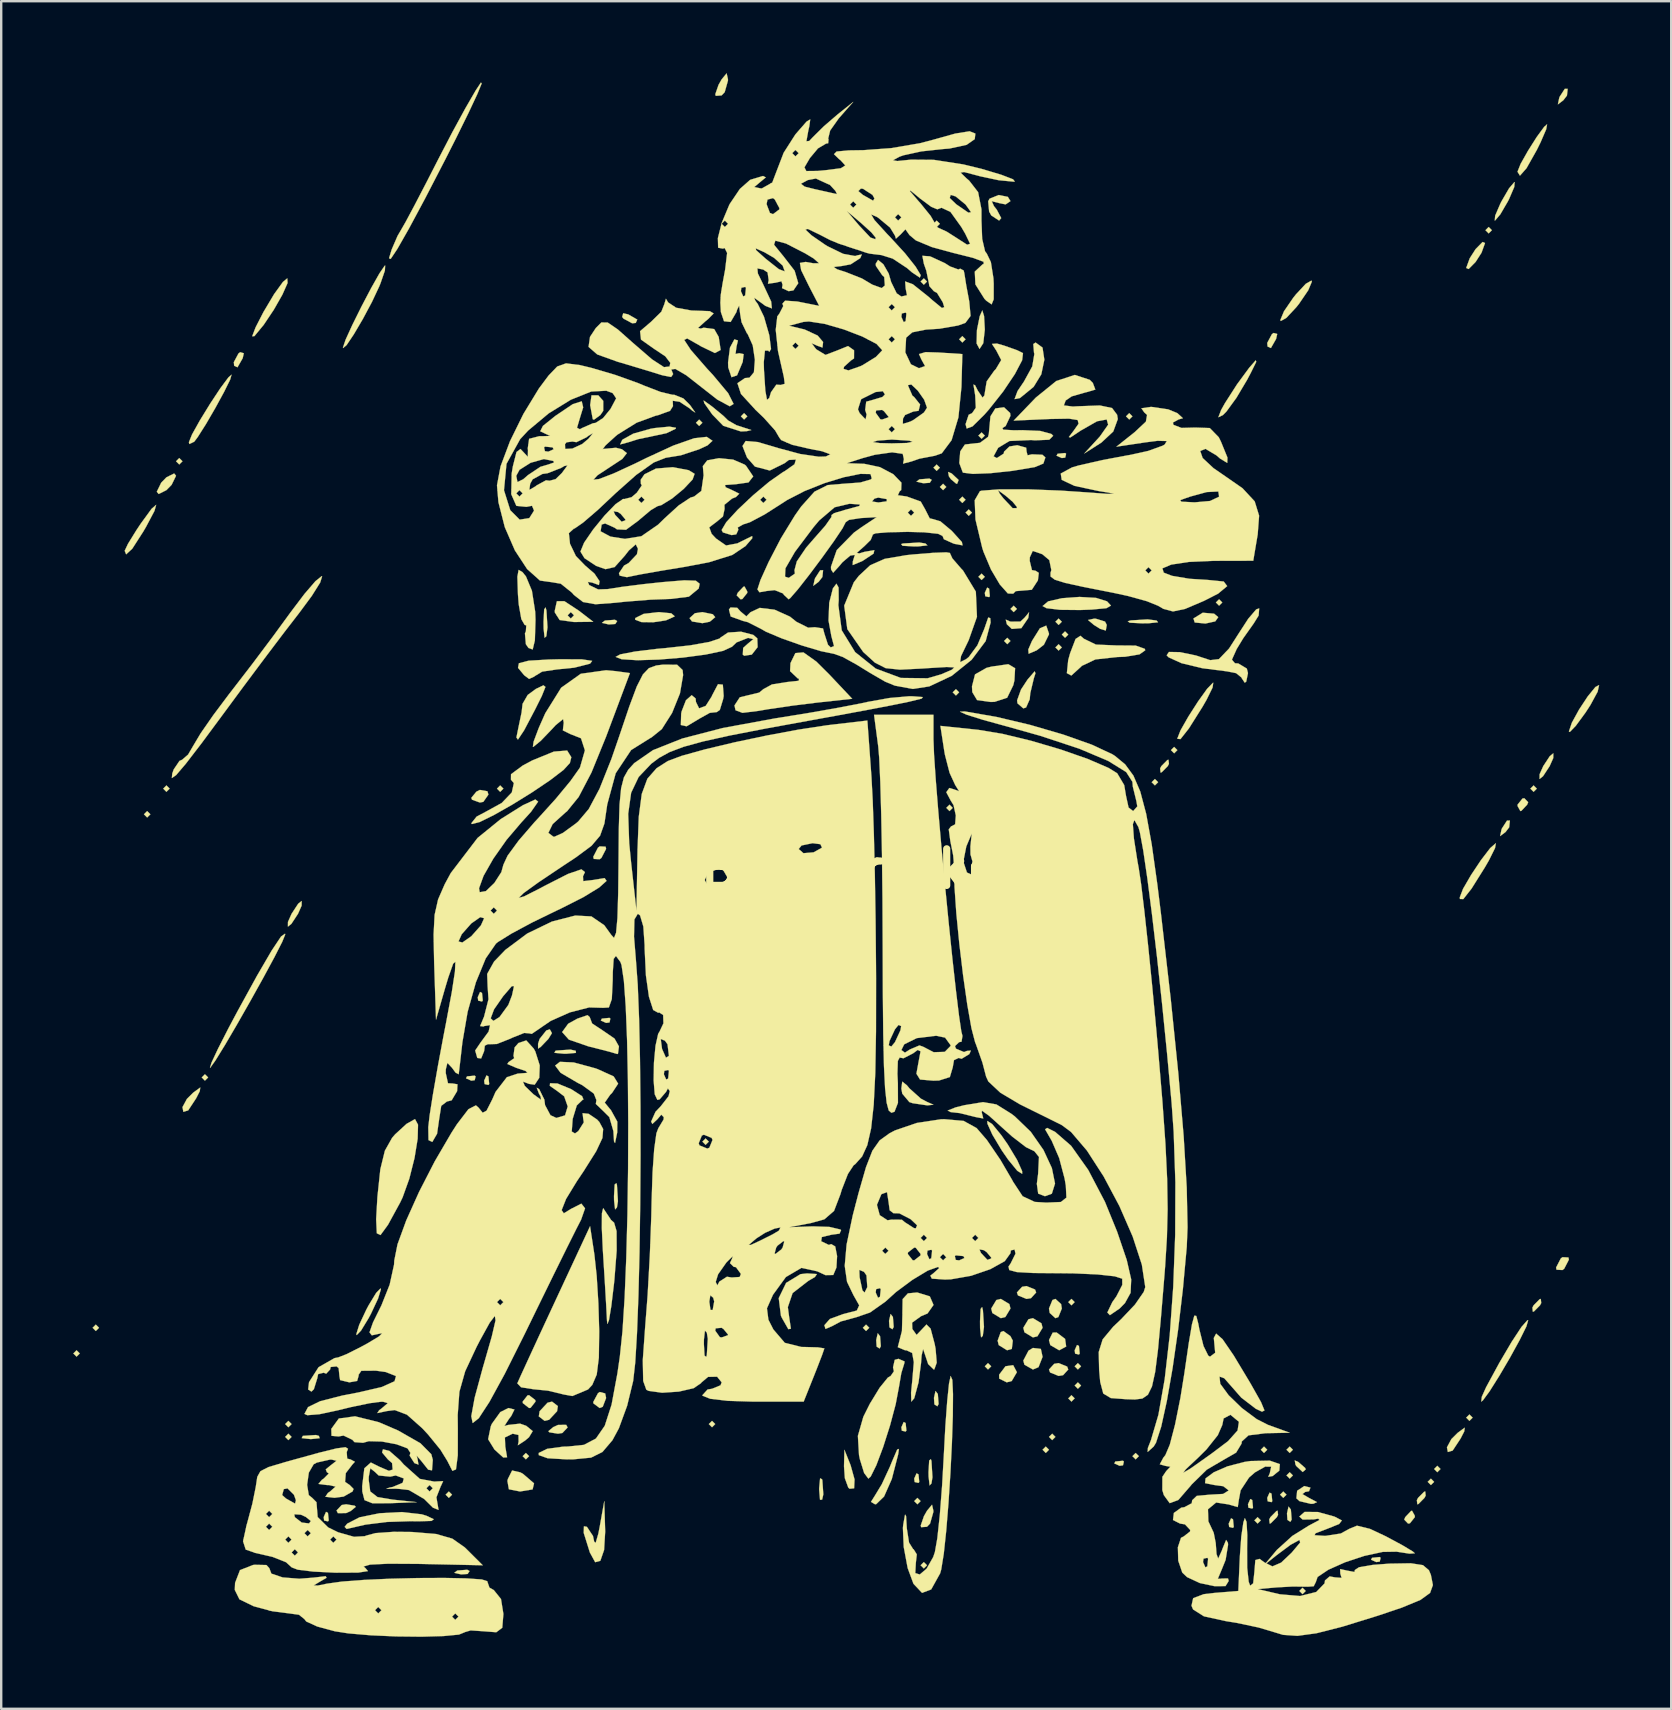
<source format=kicad_pcb>
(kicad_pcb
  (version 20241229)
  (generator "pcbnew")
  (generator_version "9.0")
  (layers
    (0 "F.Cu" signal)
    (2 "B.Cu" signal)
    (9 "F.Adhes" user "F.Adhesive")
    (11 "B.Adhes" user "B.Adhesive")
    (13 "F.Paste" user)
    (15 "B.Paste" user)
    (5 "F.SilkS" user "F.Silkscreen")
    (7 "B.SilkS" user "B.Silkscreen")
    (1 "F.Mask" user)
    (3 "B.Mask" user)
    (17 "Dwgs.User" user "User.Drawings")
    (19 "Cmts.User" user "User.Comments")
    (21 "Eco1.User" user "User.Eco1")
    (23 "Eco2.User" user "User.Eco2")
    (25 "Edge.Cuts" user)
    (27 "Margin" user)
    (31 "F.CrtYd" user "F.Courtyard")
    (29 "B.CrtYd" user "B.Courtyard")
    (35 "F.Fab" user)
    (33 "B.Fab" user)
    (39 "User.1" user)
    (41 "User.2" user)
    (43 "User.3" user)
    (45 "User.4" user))
  (footprint "BeezerBike"
    (layer "F.Cu")
    (at 32.357 33.142)
    (property "Reference" "BeezerBike" (at 0 0 0) (layer "F.SilkS") (effects (font (size 1.524 1.524) (thickness 0.3))))
    (attr through_hole)
    (fp_poly (pts (xy -32.084 20.186) (xy -32.218 20.32) (xy -32.352 20.186) (xy -32.218 20.053) (xy -32.084 20.186)) (stroke (width 0.01) (type solid)) (fill yes) (layer "F.SilkS"))
    (fp_poly (pts (xy -31.282 19.117) (xy -31.416 19.251) (xy -31.549 19.117) (xy -31.416 18.983) (xy -31.282 19.117)) (stroke (width 0.01) (type solid)) (fill yes) (layer "F.SilkS"))
    (fp_poly (pts (xy -29.143 -2.273) (xy -29.277 -2.139) (xy -29.411 -2.273) (xy -29.277 -2.406) (xy -29.143 -2.273)) (stroke (width 0.01) (type solid)) (fill yes) (layer "F.SilkS"))
    (fp_poly (pts (xy -28.341 -3.342) (xy -28.475 -3.208) (xy -28.608 -3.342) (xy -28.475 -3.476) (xy -28.341 -3.342)) (stroke (width 0.01) (type solid)) (fill yes) (layer "F.SilkS"))
    (fp_poly (pts (xy -27.806 -16.978) (xy -27.94 -16.844) (xy -28.074 -16.978) (xy -27.94 -17.112) (xy -27.806 -16.978)) (stroke (width 0.01) (type solid)) (fill yes) (layer "F.SilkS"))
    (fp_poly (pts (xy -26.737 8.689) (xy -26.871 8.823) (xy -27.004 8.689) (xy -26.871 8.556) (xy -26.737 8.689)) (stroke (width 0.01) (type solid)) (fill yes) (layer "F.SilkS"))
    (fp_poly (pts (xy -23.261 23.127) (xy -23.395 23.261) (xy -23.528 23.127) (xy -23.395 22.994) (xy -23.261 23.127)) (stroke (width 0.01) (type solid)) (fill yes) (layer "F.SilkS"))
    (fp_poly (pts (xy -23.261 23.662) (xy -23.395 23.796) (xy -23.528 23.662) (xy -23.395 23.528) (xy -23.261 23.662)) (stroke (width 0.01) (type solid)) (fill yes) (layer "F.SilkS"))
    (fp_poly (pts (xy -16.577 26.068) (xy -16.711 26.202) (xy -16.844 26.068) (xy -16.711 25.935) (xy -16.577 26.068)) (stroke (width 0.01) (type solid)) (fill yes) (layer "F.SilkS"))
    (fp_poly (pts (xy -14.438 -3.342) (xy -14.572 -3.208) (xy -14.705 -3.342) (xy -14.572 -3.476) (xy -14.438 -3.342)) (stroke (width 0.01) (type solid)) (fill yes) (layer "F.SilkS"))
    (fp_poly (pts (xy -13.368 24.464) (xy -13.502 24.598) (xy -13.636 24.464) (xy -13.502 24.331) (xy -13.368 24.464)) (stroke (width 0.01) (type solid)) (fill yes) (layer "F.SilkS"))
    (fp_poly (pts (xy -6.149 -18.582) (xy -6.283 -18.448) (xy -6.417 -18.582) (xy -6.283 -18.716) (xy -6.149 -18.582)) (stroke (width 0.01) (type solid)) (fill yes) (layer "F.SilkS"))
    (fp_poly (pts (xy -5.882 11.363) (xy -6.016 11.497) (xy -6.149 11.363) (xy -6.016 11.229) (xy -5.882 11.363)) (stroke (width 0.01) (type solid)) (fill yes) (layer "F.SilkS"))
    (fp_poly (pts (xy -5.615 23.127) (xy -5.748 23.261) (xy -5.882 23.127) (xy -5.748 22.994) (xy -5.615 23.127)) (stroke (width 0.01) (type solid)) (fill yes) (layer "F.SilkS"))
    (fp_poly (pts (xy -4.278 -18.849) (xy -4.412 -18.716) (xy -4.545 -18.849) (xy -4.412 -18.983) (xy -4.278 -18.849)) (stroke (width 0.01) (type solid)) (fill yes) (layer "F.SilkS"))
    (fp_poly (pts (xy 0.802 19.117) (xy 0.668 19.251) (xy 0.535 19.117) (xy 0.668 18.983) (xy 0.802 19.117)) (stroke (width 0.01) (type solid)) (fill yes) (layer "F.SilkS"))
    (fp_poly (pts (xy 2.941 26.336) (xy 2.807 26.469) (xy 2.674 26.336) (xy 2.807 26.202) (xy 2.941 26.336)) (stroke (width 0.01) (type solid)) (fill yes) (layer "F.SilkS"))
    (fp_poly (pts (xy 3.208 -24.464) (xy 3.075 -24.331) (xy 2.941 -24.464) (xy 3.075 -24.598) (xy 3.208 -24.464)) (stroke (width 0.01) (type solid)) (fill yes) (layer "F.SilkS"))
    (fp_poly (pts (xy 3.208 29.009) (xy 3.075 29.143) (xy 2.941 29.009) (xy 3.075 28.876) (xy 3.208 29.009)) (stroke (width 0.01) (type solid)) (fill yes) (layer "F.SilkS"))
    (fp_poly (pts (xy 3.743 -26.871) (xy 3.609 -26.737) (xy 3.476 -26.871) (xy 3.609 -27.004) (xy 3.743 -26.871)) (stroke (width 0.01) (type solid)) (fill yes) (layer "F.SilkS"))
    (fp_poly (pts (xy 3.743 -16.711) (xy 3.609 -16.577) (xy 3.476 -16.711) (xy 3.609 -16.844) (xy 3.743 -16.711)) (stroke (width 0.01) (type solid)) (fill yes) (layer "F.SilkS"))
    (fp_poly (pts (xy 4.011 -15.908) (xy 3.877 -15.775) (xy 3.743 -15.908) (xy 3.877 -16.042) (xy 4.011 -15.908)) (stroke (width 0.01) (type solid)) (fill yes) (layer "F.SilkS"))
    (fp_poly (pts (xy 4.278 -2.54) (xy 4.144 -2.406) (xy 4.011 -2.54) (xy 4.144 -2.674) (xy 4.278 -2.54)) (stroke (width 0.01) (type solid)) (fill yes) (layer "F.SilkS"))
    (fp_poly (pts (xy 4.545 -7.353) (xy 4.412 -7.219) (xy 4.278 -7.353) (xy 4.412 -7.486) (xy 4.545 -7.353)) (stroke (width 0.01) (type solid)) (fill yes) (layer "F.SilkS"))
    (fp_poly (pts (xy 4.813 -22.058) (xy 4.679 -21.924) (xy 4.545 -22.058) (xy 4.679 -22.192) (xy 4.813 -22.058)) (stroke (width 0.01) (type solid)) (fill yes) (layer "F.SilkS"))
    (fp_poly (pts (xy 4.813 -15.374) (xy 4.679 -15.24) (xy 4.545 -15.374) (xy 4.679 -15.507) (xy 4.813 -15.374)) (stroke (width 0.01) (type solid)) (fill yes) (layer "F.SilkS"))
    (fp_poly (pts (xy 5.08 -14.839) (xy 4.946 -14.705) (xy 4.813 -14.839) (xy 4.946 -14.973) (xy 5.08 -14.839)) (stroke (width 0.01) (type solid)) (fill yes) (layer "F.SilkS"))
    (fp_poly (pts (xy 5.615 -18.047) (xy 5.481 -17.914) (xy 5.347 -18.047) (xy 5.481 -18.181) (xy 5.615 -18.047)) (stroke (width 0.01) (type solid)) (fill yes) (layer "F.SilkS"))
    (fp_poly (pts (xy 5.615 -12.165) (xy 5.481 -12.032) (xy 5.347 -12.165) (xy 5.481 -12.299) (xy 5.615 -12.165)) (stroke (width 0.01) (type solid)) (fill yes) (layer "F.SilkS"))
    (fp_poly (pts (xy 5.882 20.721) (xy 5.748 20.855) (xy 5.615 20.721) (xy 5.748 20.587) (xy 5.882 20.721)) (stroke (width 0.01) (type solid)) (fill yes) (layer "F.SilkS"))
    (fp_poly (pts (xy 6.684 -9.492) (xy 6.551 -9.358) (xy 6.417 -9.492) (xy 6.551 -9.625) (xy 6.684 -9.492)) (stroke (width 0.01) (type solid)) (fill yes) (layer "F.SilkS"))
    (fp_poly (pts (xy 6.952 -10.828) (xy 6.818 -10.695) (xy 6.684 -10.828) (xy 6.818 -10.962) (xy 6.952 -10.828)) (stroke (width 0.01) (type solid)) (fill yes) (layer "F.SilkS"))
    (fp_poly (pts (xy 8.288 24.197) (xy 8.155 24.331) (xy 8.021 24.197) (xy 8.155 24.063) (xy 8.288 24.197)) (stroke (width 0.01) (type solid)) (fill yes) (layer "F.SilkS"))
    (fp_poly (pts (xy 8.556 23.662) (xy 8.422 23.796) (xy 8.288 23.662) (xy 8.422 23.528) (xy 8.556 23.662)) (stroke (width 0.01) (type solid)) (fill yes) (layer "F.SilkS"))
    (fp_poly (pts (xy 8.823 -10.294) (xy 8.689 -10.16) (xy 8.556 -10.294) (xy 8.689 -10.427) (xy 8.823 -10.294)) (stroke (width 0.01) (type solid)) (fill yes) (layer "F.SilkS"))
    (fp_poly (pts (xy 8.823 -9.224) (xy 8.689 -9.091) (xy 8.556 -9.224) (xy 8.689 -9.358) (xy 8.823 -9.224)) (stroke (width 0.01) (type solid)) (fill yes) (layer "F.SilkS"))
    (fp_poly (pts (xy 9.091 -9.759) (xy 8.957 -9.625) (xy 8.823 -9.759) (xy 8.957 -9.893) (xy 9.091 -9.759)) (stroke (width 0.01) (type solid)) (fill yes) (layer "F.SilkS"))
    (fp_poly (pts (xy 9.358 18.047) (xy 9.224 18.181) (xy 9.091 18.047) (xy 9.224 17.914) (xy 9.358 18.047)) (stroke (width 0.01) (type solid)) (fill yes) (layer "F.SilkS"))
    (fp_poly (pts (xy 9.358 22.058) (xy 9.224 22.192) (xy 9.091 22.058) (xy 9.224 21.924) (xy 9.358 22.058)) (stroke (width 0.01) (type solid)) (fill yes) (layer "F.SilkS"))
    (fp_poly (pts (xy 9.625 20.721) (xy 9.492 20.855) (xy 9.358 20.721) (xy 9.492 20.587) (xy 9.625 20.721)) (stroke (width 0.01) (type solid)) (fill yes) (layer "F.SilkS"))
    (fp_poly (pts (xy 9.625 21.523) (xy 9.492 21.657) (xy 9.358 21.523) (xy 9.492 21.389) (xy 9.625 21.523)) (stroke (width 0.01) (type solid)) (fill yes) (layer "F.SilkS"))
    (fp_poly (pts (xy 11.764 -18.849) (xy 11.631 -18.716) (xy 11.497 -18.849) (xy 11.631 -18.983) (xy 11.764 -18.849)) (stroke (width 0.01) (type solid)) (fill yes) (layer "F.SilkS"))
    (fp_poly (pts (xy 12.032 24.464) (xy 11.898 24.598) (xy 11.764 24.464) (xy 11.898 24.331) (xy 12.032 24.464)) (stroke (width 0.01) (type solid)) (fill yes) (layer "F.SilkS"))
    (fp_poly (pts (xy 12.834 -3.609) (xy 12.7 -3.476) (xy 12.566 -3.609) (xy 12.7 -3.743) (xy 12.834 -3.609)) (stroke (width 0.01) (type solid)) (fill yes) (layer "F.SilkS"))
    (fp_poly (pts (xy 13.636 -4.946) (xy 13.502 -4.813) (xy 13.368 -4.946) (xy 13.502 -5.08) (xy 13.636 -4.946)) (stroke (width 0.01) (type solid)) (fill yes) (layer "F.SilkS"))
    (fp_poly (pts (xy 15.507 -11.096) (xy 15.374 -10.962) (xy 15.24 -11.096) (xy 15.374 -11.229) (xy 15.507 -11.096)) (stroke (width 0.01) (type solid)) (fill yes) (layer "F.SilkS"))
    (fp_poly (pts (xy 17.112 27.138) (xy 16.978 27.272) (xy 16.844 27.138) (xy 16.978 27.004) (xy 17.112 27.138)) (stroke (width 0.01) (type solid)) (fill yes) (layer "F.SilkS"))
    (fp_poly (pts (xy 17.379 24.197) (xy 17.245 24.331) (xy 17.112 24.197) (xy 17.245 24.063) (xy 17.379 24.197)) (stroke (width 0.01) (type solid)) (fill yes) (layer "F.SilkS"))
    (fp_poly (pts (xy 18.181 26.068) (xy 18.047 26.202) (xy 17.914 26.068) (xy 18.047 25.935) (xy 18.181 26.068)) (stroke (width 0.01) (type solid)) (fill yes) (layer "F.SilkS"))
    (fp_poly (pts (xy 18.448 24.197) (xy 18.315 24.331) (xy 18.181 24.197) (xy 18.315 24.063) (xy 18.448 24.197)) (stroke (width 0.01) (type solid)) (fill yes) (layer "F.SilkS"))
    (fp_poly (pts (xy 18.448 25.266) (xy 18.315 25.4) (xy 18.181 25.266) (xy 18.315 25.133) (xy 18.448 25.266)) (stroke (width 0.01) (type solid)) (fill yes) (layer "F.SilkS"))
    (fp_poly (pts (xy 18.983 30.079) (xy 18.849 30.213) (xy 18.716 30.079) (xy 18.849 29.945) (xy 18.983 30.079)) (stroke (width 0.01) (type solid)) (fill yes) (layer "F.SilkS"))
    (fp_poly (pts (xy 24.331 25.534) (xy 24.197 25.667) (xy 24.063 25.534) (xy 24.197 25.4) (xy 24.331 25.534)) (stroke (width 0.01) (type solid)) (fill yes) (layer "F.SilkS"))
    (fp_poly (pts (xy 24.598 24.999) (xy 24.464 25.133) (xy 24.331 24.999) (xy 24.464 24.865) (xy 24.598 24.999)) (stroke (width 0.01) (type solid)) (fill yes) (layer "F.SilkS"))
    (fp_poly (pts (xy 25.935 22.86) (xy 25.801 22.994) (xy 25.667 22.86) (xy 25.801 22.726) (xy 25.935 22.86)) (stroke (width 0.01) (type solid)) (fill yes) (layer "F.SilkS"))
    (fp_poly (pts (xy 26.737 -26.603) (xy 26.603 -26.469) (xy 26.469 -26.603) (xy 26.603 -26.737) (xy 26.737 -26.603)) (stroke (width 0.01) (type solid)) (fill yes) (layer "F.SilkS"))
    (fp_poly (pts (xy 28.608 -3.342) (xy 28.475 -3.208) (xy 28.341 -3.342) (xy 28.475 -3.476) (xy 28.608 -3.342)) (stroke (width 0.01) (type solid)) (fill yes) (layer "F.SilkS"))
    (fp_poly (pts (xy -22.125 23.619) (xy -22.091 23.716) (xy -22.459 23.754) (xy -22.839 23.712) (xy -22.793 23.619) (xy -22.246 23.583) (xy -22.125 23.619)) (stroke (width 0.01) (type solid)) (fill yes) (layer "F.SilkS"))
    (fp_poly (pts (xy -21.746 26.826) (xy -21.714 27.143) (xy -21.746 27.182) (xy -21.905 27.146) (xy -21.924 27.004) (xy -21.826 26.784) (xy -21.746 26.826)) (stroke (width 0.01) (type solid)) (fill yes) (layer "F.SilkS"))
    (fp_poly (pts (xy -15.847 29.249) (xy -15.927 29.371) (xy -16.198 29.389) (xy -16.483 29.324) (xy -16.36 29.228) (xy -15.942 29.196) (xy -15.847 29.249)) (stroke (width 0.01) (type solid)) (fill yes) (layer "F.SilkS"))
    (fp_poly (pts (xy -15.596 8.645) (xy -15.633 8.804) (xy -15.775 8.823) (xy -15.995 8.725) (xy -15.953 8.645) (xy -15.636 8.613) (xy -15.596 8.645)) (stroke (width 0.01) (type solid)) (fill yes) (layer "F.SilkS"))
    (fp_poly (pts (xy -15.329 5.169) (xy -15.297 5.486) (xy -15.329 5.526) (xy -15.488 5.489) (xy -15.507 5.347) (xy -15.41 5.127) (xy -15.329 5.169)) (stroke (width 0.01) (type solid)) (fill yes) (layer "F.SilkS"))
    (fp_poly (pts (xy -15.062 8.645) (xy -15.03 8.962) (xy -15.062 9.001) (xy -15.221 8.965) (xy -15.24 8.823) (xy -15.142 8.603) (xy -15.062 8.645)) (stroke (width 0.01) (type solid)) (fill yes) (layer "F.SilkS"))
    (fp_poly (pts (xy -9.982 6.239) (xy -10.018 6.398) (xy -10.16 6.417) (xy -10.38 6.319) (xy -10.338 6.239) (xy -10.021 6.207) (xy -9.982 6.239)) (stroke (width 0.01) (type solid)) (fill yes) (layer "F.SilkS"))
    (fp_poly (pts (xy -9.698 -10.322) (xy -9.777 -10.2) (xy -10.049 -10.181) (xy -10.334 -10.246) (xy -10.21 -10.343) (xy -9.792 -10.375) (xy -9.698 -10.322)) (stroke (width 0.01) (type solid)) (fill yes) (layer "F.SilkS"))
    (fp_poly (pts (xy 1.252 19.468) (xy 1.284 19.886) (xy 1.231 19.98) (xy 1.109 19.9) (xy 1.091 19.629) (xy 1.156 19.344) (xy 1.252 19.468)) (stroke (width 0.01) (type solid)) (fill yes) (layer "F.SilkS"))
    (fp_poly (pts (xy 1.787 18.666) (xy 1.819 19.084) (xy 1.766 19.178) (xy 1.644 19.098) (xy 1.625 18.827) (xy 1.691 18.542) (xy 1.787 18.666)) (stroke (width 0.01) (type solid)) (fill yes) (layer "F.SilkS"))
    (fp_poly (pts (xy 2.317 23.083) (xy 2.349 23.4) (xy 2.317 23.439) (xy 2.158 23.403) (xy 2.139 23.261) (xy 2.237 23.041) (xy 2.317 23.083)) (stroke (width 0.01) (type solid)) (fill yes) (layer "F.SilkS"))
    (fp_poly (pts (xy 2.852 25.222) (xy 2.884 25.539) (xy 2.852 25.578) (xy 2.693 25.542) (xy 2.674 25.4) (xy 2.772 25.18) (xy 2.852 25.222)) (stroke (width 0.01) (type solid)) (fill yes) (layer "F.SilkS"))
    (fp_poly (pts (xy 3.403 -16.204) (xy 3.324 -16.082) (xy 3.052 -16.063) (xy 2.767 -16.129) (xy 2.891 -16.225) (xy 3.309 -16.257) (xy 3.403 -16.204)) (stroke (width 0.01) (type solid)) (fill yes) (layer "F.SilkS"))
    (fp_poly (pts (xy 3.658 21.874) (xy 3.69 22.292) (xy 3.637 22.387) (xy 3.516 22.307) (xy 3.497 22.036) (xy 3.562 21.75) (xy 3.658 21.874)) (stroke (width 0.01) (type solid)) (fill yes) (layer "F.SilkS"))
    (fp_poly (pts (xy 5.793 -11.675) (xy 5.825 -11.358) (xy 5.793 -11.319) (xy 5.634 -11.355) (xy 5.615 -11.497) (xy 5.713 -11.717) (xy 5.793 -11.675)) (stroke (width 0.01) (type solid)) (fill yes) (layer "F.SilkS"))
    (fp_poly (pts (xy 9.001 -17.29) (xy 8.965 -17.131) (xy 8.823 -17.112) (xy 8.603 -17.209) (xy 8.645 -17.29) (xy 8.962 -17.322) (xy 9.001 -17.29)) (stroke (width 0.01) (type solid)) (fill yes) (layer "F.SilkS"))
    (fp_poly (pts (xy 9.536 19.874) (xy 9.568 20.192) (xy 9.536 20.231) (xy 9.377 20.194) (xy 9.358 20.053) (xy 9.456 19.833) (xy 9.536 19.874)) (stroke (width 0.01) (type solid)) (fill yes) (layer "F.SilkS"))
    (fp_poly (pts (xy 11.408 24.687) (xy 11.371 24.846) (xy 11.229 24.865) (xy 11.009 24.767) (xy 11.051 24.687) (xy 11.369 24.655) (xy 11.408 24.687)) (stroke (width 0.01) (type solid)) (fill yes) (layer "F.SilkS"))
    (fp_poly (pts (xy 15.953 27.093) (xy 15.985 27.411) (xy 15.953 27.45) (xy 15.794 27.413) (xy 15.775 27.272) (xy 15.873 27.052) (xy 15.953 27.093)) (stroke (width 0.01) (type solid)) (fill yes) (layer "F.SilkS"))
    (fp_poly (pts (xy 16.755 26.291) (xy 16.787 26.609) (xy 16.755 26.648) (xy 16.596 26.611) (xy 16.577 26.469) (xy 16.675 26.249) (xy 16.755 26.291)) (stroke (width 0.01) (type solid)) (fill yes) (layer "F.SilkS"))
    (fp_poly (pts (xy 17.557 26.024) (xy 17.589 26.341) (xy 17.557 26.38) (xy 17.398 26.344) (xy 17.379 26.202) (xy 17.477 25.982) (xy 17.557 26.024)) (stroke (width 0.01) (type solid)) (fill yes) (layer "F.SilkS"))
    (fp_poly (pts (xy 18.364 26.687) (xy 18.396 27.105) (xy 18.343 27.199) (xy 18.221 27.119) (xy 18.202 26.848) (xy 18.267 26.563) (xy 18.364 26.687)) (stroke (width 0.01) (type solid)) (fill yes) (layer "F.SilkS"))
    (fp_poly (pts (xy 22.102 28.698) (xy 22.066 28.856) (xy 21.924 28.876) (xy 21.704 28.778) (xy 21.746 28.698) (xy 22.063 28.666) (xy 22.102 28.698)) (stroke (width 0.01) (type solid)) (fill yes) (layer "F.SilkS"))
    (fp_poly (pts (xy -25.251 -21.478) (xy -25.298 -21.27) (xy -25.514 -20.893) (xy -25.653 -20.956) (xy -25.667 -21.106) (xy -25.473 -21.469) (xy -25.403 -21.521) (xy -25.251 -21.478)) (stroke (width 0.01) (type solid)) (fill yes) (layer "F.SilkS"))
    (fp_poly (pts (xy -9.238 -23.096) (xy -8.862 -22.88) (xy -8.925 -22.74) (xy -9.075 -22.726) (xy -9.437 -22.921) (xy -9.49 -22.991) (xy -9.447 -23.143) (xy -9.238 -23.096)) (stroke (width 0.01) (type solid)) (fill yes) (layer "F.SilkS"))
    (fp_poly (pts (xy -1.151 -12.157) (xy -1.304 -11.96) (xy -1.528 -11.791) (xy -1.472 -12.059) (xy -1.453 -12.11) (xy -1.242 -12.437) (xy -1.121 -12.44) (xy -1.151 -12.157)) (stroke (width 0.01) (type solid)) (fill yes) (layer "F.SilkS"))
    (fp_poly (pts (xy 4.237 -16.469) (xy 4.524 -16.199) (xy 4.465 -16.045) (xy 4.427 -16.042) (xy 4.201 -16.232) (xy 4.119 -16.351) (xy 4.087 -16.534) (xy 4.237 -16.469)) (stroke (width 0.01) (type solid)) (fill yes) (layer "F.SilkS"))
    (fp_poly (pts (xy 6.952 20.966) (xy 6.736 21.334) (xy 6.528 21.389) (xy 6.216 21.234) (xy 6.211 21.072) (xy 6.477 20.719) (xy 6.797 20.674) (xy 6.952 20.966)) (stroke (width 0.01) (type solid)) (fill yes) (layer "F.SilkS"))
    (fp_poly (pts (xy 8.959 19.578) (xy 9.004 19.898) (xy 8.712 20.053) (xy 8.343 19.837) (xy 8.288 19.629) (xy 8.444 19.317) (xy 8.606 19.312) (xy 8.959 19.578)) (stroke (width 0.01) (type solid)) (fill yes) (layer "F.SilkS"))
    (fp_poly (pts (xy 15.166 -10.629) (xy 15.339 -10.484) (xy 15.215 -10.309) (xy 14.805 -10.219) (xy 14.359 -10.262) (xy 14.305 -10.429) (xy 14.693 -10.669) (xy 15.166 -10.629)) (stroke (width 0.01) (type solid)) (fill yes) (layer "F.SilkS"))
    (fp_poly (pts (xy 17.795 -22.28) (xy 17.748 -22.072) (xy 17.533 -21.695) (xy 17.393 -21.758) (xy 17.379 -21.908) (xy 17.573 -22.271) (xy 17.643 -22.323) (xy 17.795 -22.28)) (stroke (width 0.01) (type solid)) (fill yes) (layer "F.SilkS"))
    (fp_poly (pts (xy 18.674 24.706) (xy 18.959 24.955) (xy 18.983 25.015) (xy 18.856 25.125) (xy 18.592 24.878) (xy 18.557 24.824) (xy 18.525 24.641) (xy 18.674 24.706)) (stroke (width 0.01) (type solid)) (fill yes) (layer "F.SilkS"))
    (fp_poly (pts (xy 27.457 -1.73) (xy 27.305 -1.533) (xy 27.08 -1.364) (xy 27.136 -1.632) (xy 27.155 -1.683) (xy 27.367 -2.01) (xy 27.487 -2.012) (xy 27.457 -1.73)) (stroke (width 0.01) (type solid)) (fill yes) (layer "F.SilkS"))
    (fp_poly (pts (xy 29.864 -32.21) (xy 29.711 -32.013) (xy 29.486 -31.844) (xy 29.542 -32.112) (xy 29.561 -32.163) (xy 29.773 -32.49) (xy 29.894 -32.492) (xy 29.864 -32.21)) (stroke (width 0.01) (type solid)) (fill yes) (layer "F.SilkS"))
    (fp_poly (pts (xy -28.074 -16.375) (xy -28.258 -15.997) (xy -28.475 -15.775) (xy -28.797 -15.614) (xy -28.876 -15.709) (xy -28.691 -16.087) (xy -28.475 -16.309) (xy -28.152 -16.47) (xy -28.074 -16.375)) (stroke (width 0.01) (type solid)) (fill yes) (layer "F.SilkS"))
    (fp_poly (pts (xy -27.085 9.261) (xy -27.237 9.558) (xy -27.568 10.061) (xy -27.769 10.122) (xy -27.806 9.925) (xy -27.622 9.584) (xy -27.361 9.324) (xy -27.065 9.107) (xy -27.085 9.261)) (stroke (width 0.01) (type solid)) (fill yes) (layer "F.SilkS"))
    (fp_poly (pts (xy -22.843 1.533) (xy -22.994 1.872) (xy -23.27 2.292) (xy -23.414 2.406) (xy -23.412 2.21) (xy -23.261 1.872) (xy -22.985 1.451) (xy -22.841 1.337) (xy -22.843 1.533)) (stroke (width 0.01) (type solid)) (fill yes) (layer "F.SilkS"))
    (fp_poly (pts (xy -20.632 26.527) (xy -20.587 26.575) (xy -20.796 26.747) (xy -20.988 26.834) (xy -21.333 26.839) (xy -21.389 26.728) (xy -21.173 26.499) (xy -20.988 26.469) (xy -20.632 26.527)) (stroke (width 0.01) (type solid)) (fill yes) (layer "F.SilkS"))
    (fp_poly (pts (xy -15.104 -3.233) (xy -15.062 -3.094) (xy -15.274 -2.791) (xy -15.418 -2.763) (xy -15.745 -2.88) (xy -15.775 -2.957) (xy -15.565 -3.214) (xy -15.418 -3.288) (xy -15.104 -3.233)) (stroke (width 0.01) (type solid)) (fill yes) (layer "F.SilkS"))
    (fp_poly (pts (xy -13.109 22.128) (xy -13.101 22.192) (xy -13.305 22.451) (xy -13.368 22.459) (xy -13.628 22.255) (xy -13.636 22.192) (xy -13.432 21.932) (xy -13.368 21.924) (xy -13.109 22.128)) (stroke (width 0.01) (type solid)) (fill yes) (layer "F.SilkS"))
    (fp_poly (pts (xy -12.645 -10.758) (xy -12.602 -10.062) (xy -12.65 -9.689) (xy -12.722 -9.626) (xy -12.763 -10.01) (xy -12.766 -10.294) (xy -12.74 -10.811) (xy -12.68 -10.89) (xy -12.645 -10.758)) (stroke (width 0.01) (type solid)) (fill yes) (layer "F.SilkS"))
    (fp_poly (pts (xy -12.416 6.843) (xy -12.566 7.085) (xy -12.883 7.417) (xy -12.992 7.486) (xy -12.994 7.284) (xy -12.93 7.085) (xy -12.65 6.731) (xy -12.505 6.684) (xy -12.416 6.843)) (stroke (width 0.01) (type solid)) (fill yes) (layer "F.SilkS"))
    (fp_poly (pts (xy -12.17 22.377) (xy -12.202 22.593) (xy -12.534 22.948) (xy -12.72 22.994) (xy -12.963 22.808) (xy -12.93 22.593) (xy -12.598 22.237) (xy -12.412 22.192) (xy -12.17 22.377)) (stroke (width 0.01) (type solid)) (fill yes) (layer "F.SilkS"))
    (fp_poly (pts (xy -11.764 23.269) (xy -11.981 23.499) (xy -12.165 23.528) (xy -12.522 23.471) (xy -12.566 23.423) (xy -12.357 23.251) (xy -12.165 23.164) (xy -11.821 23.159) (xy -11.764 23.269)) (stroke (width 0.01) (type solid)) (fill yes) (layer "F.SilkS"))
    (fp_poly (pts (xy -11.425 7.578) (xy -11.416 7.666) (xy -11.835 7.702) (xy -11.898 7.702) (xy -12.313 7.663) (xy -12.273 7.582) (xy -12.227 7.568) (xy -11.645 7.529) (xy -11.425 7.578)) (stroke (width 0.01) (type solid)) (fill yes) (layer "F.SilkS"))
    (fp_poly (pts (xy -10.198 21.851) (xy -10.16 22.042) (xy -10.3 22.408) (xy -10.427 22.459) (xy -10.687 22.267) (xy -10.695 22.207) (xy -10.5 21.845) (xy -10.427 21.791) (xy -10.198 21.851)) (stroke (width 0.01) (type solid)) (fill yes) (layer "F.SilkS"))
    (fp_poly (pts (xy -10.181 -0.924) (xy -10.16 -0.834) (xy -10.355 -0.456) (xy -10.427 -0.401) (xy -10.674 -0.413) (xy -10.695 -0.503) (xy -10.5 -0.881) (xy -10.427 -0.936) (xy -10.181 -0.924)) (stroke (width 0.01) (type solid)) (fill yes) (layer "F.SilkS"))
    (fp_poly (pts (xy -9.708 13.168) (xy -9.667 13.846) (xy -9.708 14.104) (xy -9.786 14.187) (xy -9.828 13.817) (xy -9.831 13.636) (xy -9.803 13.149) (xy -9.733 13.092) (xy -9.708 13.168)) (stroke (width 0.01) (type solid)) (fill yes) (layer "F.SilkS"))
    (fp_poly (pts (xy -5.715 -10.606) (xy -5.615 -10.484) (xy -5.84 -10.296) (xy -6.149 -10.234) (xy -6.583 -10.305) (xy -6.684 -10.444) (xy -6.46 -10.648) (xy -6.149 -10.695) (xy -5.715 -10.606)) (stroke (width 0.01) (type solid)) (fill yes) (layer "F.SilkS"))
    (fp_poly (pts (xy -4.281 -11.557) (xy -4.278 -11.497) (xy -4.483 -11.24) (xy -4.561 -11.229) (xy -4.721 -11.393) (xy -4.679 -11.497) (xy -4.439 -11.752) (xy -4.396 -11.764) (xy -4.281 -11.557)) (stroke (width 0.01) (type solid)) (fill yes) (layer "F.SilkS"))
    (fp_poly (pts (xy -1.165 25.426) (xy -1.152 25.472) (xy -1.112 26.054) (xy -1.161 26.274) (xy -1.249 26.283) (xy -1.285 25.864) (xy -1.285 25.801) (xy -1.246 25.386) (xy -1.165 25.426)) (stroke (width 0.01) (type solid)) (fill yes) (layer "F.SilkS"))
    (fp_poly (pts (xy 0.025 24.842) (xy 0.189 25.432) (xy 0.171 25.803) (xy -0.018 25.821) (xy -0.072 25.773) (xy -0.215 25.382) (xy -0.25 24.888) (xy -0.233 24.197) (xy 0.025 24.842)) (stroke (width 0.01) (type solid)) (fill yes) (layer "F.SilkS"))
    (fp_poly (pts (xy 3.142 -13.553) (xy 3.225 -13.475) (xy 2.855 -13.433) (xy 2.674 -13.43) (xy 2.187 -13.458) (xy 2.13 -13.528) (xy 2.206 -13.553) (xy 2.884 -13.594) (xy 3.142 -13.553)) (stroke (width 0.01) (type solid)) (fill yes) (layer "F.SilkS"))
    (fp_poly (pts (xy 3.393 24.665) (xy 3.434 25.343) (xy 3.393 25.601) (xy 3.315 25.684) (xy 3.273 25.314) (xy 3.27 25.133) (xy 3.298 24.646) (xy 3.368 24.589) (xy 3.393 24.665)) (stroke (width 0.01) (type solid)) (fill yes) (layer "F.SilkS"))
    (fp_poly (pts (xy 5.536 18.385) (xy 5.58 19.081) (xy 5.531 19.454) (xy 5.459 19.517) (xy 5.418 19.133) (xy 5.415 18.849) (xy 5.441 18.332) (xy 5.502 18.253) (xy 5.536 18.385)) (stroke (width 0.01) (type solid)) (fill yes) (layer "F.SilkS"))
    (fp_poly (pts (xy 6.638 18.128) (xy 6.684 18.315) (xy 6.47 18.669) (xy 6.283 18.716) (xy 5.929 18.502) (xy 5.882 18.315) (xy 6.096 17.96) (xy 6.283 17.914) (xy 6.638 18.128)) (stroke (width 0.01) (type solid)) (fill yes) (layer "F.SilkS"))
    (fp_poly (pts (xy 6.681 19.463) (xy 6.781 19.652) (xy 6.74 19.997) (xy 6.542 20.053) (xy 6.195 19.838) (xy 6.149 19.652) (xy 6.279 19.296) (xy 6.388 19.251) (xy 6.681 19.463)) (stroke (width 0.01) (type solid)) (fill yes) (layer "F.SilkS"))
    (fp_poly (pts (xy 7.708 17.523) (xy 7.754 17.646) (xy 7.537 17.884) (xy 7.353 17.914) (xy 6.997 17.769) (xy 6.952 17.646) (xy 7.168 17.409) (xy 7.353 17.379) (xy 7.708 17.523)) (stroke (width 0.01) (type solid)) (fill yes) (layer "F.SilkS"))
    (fp_poly (pts (xy 7.95 19.999) (xy 8.021 20.328) (xy 7.852 20.757) (xy 7.62 20.855) (xy 7.265 20.655) (xy 7.219 20.482) (xy 7.435 20.07) (xy 7.62 19.956) (xy 7.95 19.999)) (stroke (width 0.01) (type solid)) (fill yes) (layer "F.SilkS"))
    (fp_poly (pts (xy 7.974 18.93) (xy 8.021 19.117) (xy 7.807 19.471) (xy 7.62 19.518) (xy 7.266 19.304) (xy 7.219 19.117) (xy 7.433 18.762) (xy 7.62 18.716) (xy 7.974 18.93)) (stroke (width 0.01) (type solid)) (fill yes) (layer "F.SilkS"))
    (fp_poly (pts (xy 8.793 18.13) (xy 8.823 18.315) (xy 8.679 18.671) (xy 8.556 18.716) (xy 8.319 18.499) (xy 8.288 18.315) (xy 8.433 17.959) (xy 8.556 17.914) (xy 8.793 18.13)) (stroke (width 0.01) (type solid)) (fill yes) (layer "F.SilkS"))
    (fp_poly (pts (xy 9.045 20.732) (xy 9.091 20.855) (xy 8.874 21.092) (xy 8.689 21.122) (xy 8.334 20.978) (xy 8.288 20.855) (xy 8.505 20.618) (xy 8.689 20.587) (xy 9.045 20.732)) (stroke (width 0.01) (type solid)) (fill yes) (layer "F.SilkS"))
    (fp_poly (pts (xy 10.623 -10.301) (xy 10.695 -10.16) (xy 10.654 -9.927) (xy 10.422 -9.996) (xy 10.16 -10.16) (xy 9.914 -10.367) (xy 10.167 -10.422) (xy 10.227 -10.423) (xy 10.623 -10.301)) (stroke (width 0.01) (type solid)) (fill yes) (layer "F.SilkS"))
    (fp_poly (pts (xy 12.77 -10.344) (xy 12.832 -10.271) (xy 12.449 -10.231) (xy 12.165 -10.227) (xy 11.647 -10.254) (xy 11.569 -10.314) (xy 11.7 -10.349) (xy 12.397 -10.392) (xy 12.77 -10.344)) (stroke (width 0.01) (type solid)) (fill yes) (layer "F.SilkS"))
    (fp_poly (pts (xy 13.285 -4.373) (xy 13.235 -4.278) (xy 12.983 -4.023) (xy 12.936 -4.011) (xy 12.918 -4.183) (xy 12.967 -4.278) (xy 13.219 -4.533) (xy 13.266 -4.545) (xy 13.285 -4.373)) (stroke (width 0.01) (type solid)) (fill yes) (layer "F.SilkS"))
    (fp_poly (pts (xy 17.83 26.91) (xy 17.78 27.004) (xy 17.528 27.26) (xy 17.481 27.272) (xy 17.463 27.099) (xy 17.513 27.004) (xy 17.765 26.749) (xy 17.812 26.737) (xy 17.83 26.91)) (stroke (width 0.01) (type solid)) (fill yes) (layer "F.SilkS"))
    (fp_poly (pts (xy 23.525 26.944) (xy 23.528 27.004) (xy 23.323 27.261) (xy 23.245 27.272) (xy 23.086 27.108) (xy 23.127 27.004) (xy 23.368 26.749) (xy 23.411 26.737) (xy 23.525 26.944)) (stroke (width 0.01) (type solid)) (fill yes) (layer "F.SilkS"))
    (fp_poly (pts (xy 23.979 26.107) (xy 23.929 26.202) (xy 23.678 26.457) (xy 23.631 26.469) (xy 23.612 26.297) (xy 23.662 26.202) (xy 23.914 25.947) (xy 23.961 25.935) (xy 23.979 26.107)) (stroke (width 0.01) (type solid)) (fill yes) (layer "F.SilkS"))
    (fp_poly (pts (xy 25.587 23.432) (xy 25.434 23.729) (xy 25.103 24.232) (xy 24.903 24.292) (xy 24.865 24.096) (xy 25.049 23.754) (xy 25.31 23.494) (xy 25.606 23.277) (xy 25.587 23.432)) (stroke (width 0.01) (type solid)) (fill yes) (layer "F.SilkS"))
    (fp_poly (pts (xy 26.452 -26.068) (xy 26.305 -25.664) (xy 26.06 -25.282) (xy 25.769 -24.986) (xy 25.667 -25.03) (xy 25.815 -25.435) (xy 26.06 -25.817) (xy 26.351 -26.113) (xy 26.452 -26.068)) (stroke (width 0.01) (type solid)) (fill yes) (layer "F.SilkS"))
    (fp_poly (pts (xy 28.249 -2.777) (xy 28.207 -2.674) (xy 27.967 -2.419) (xy 27.924 -2.406) (xy 27.809 -2.613) (xy 27.806 -2.674) (xy 28.012 -2.931) (xy 28.089 -2.941) (xy 28.249 -2.777)) (stroke (width 0.01) (type solid)) (fill yes) (layer "F.SilkS"))
    (fp_poly (pts (xy 28.792 18.086) (xy 28.742 18.181) (xy 28.49 18.436) (xy 28.443 18.448) (xy 28.425 18.276) (xy 28.475 18.181) (xy 28.727 17.926) (xy 28.774 17.914) (xy 28.792 18.086)) (stroke (width 0.01) (type solid)) (fill yes) (layer "F.SilkS"))
    (fp_poly (pts (xy 29.294 -4.616) (xy 29.143 -4.278) (xy 28.867 -3.858) (xy 28.723 -3.743) (xy 28.725 -3.94) (xy 28.876 -4.278) (xy 29.152 -4.698) (xy 29.296 -4.813) (xy 29.294 -4.616)) (stroke (width 0.01) (type solid)) (fill yes) (layer "F.SilkS"))
    (fp_poly (pts (xy 29.925 16.188) (xy 29.945 16.278) (xy 29.75 16.656) (xy 29.678 16.711) (xy 29.431 16.698) (xy 29.411 16.608) (xy 29.606 16.23) (xy 29.678 16.176) (xy 29.925 16.188)) (stroke (width 0.01) (type solid)) (fill yes) (layer "F.SilkS"))
    (fp_poly (pts (xy -13.729 25.14) (xy -13.608 25.212) (xy -13.161 25.597) (xy -13.222 25.849) (xy -13.744 25.935) (xy -14.21 25.844) (xy -14.271 25.496) (xy -14.252 25.415) (xy -14.075 25.061) (xy -13.729 25.14)) (stroke (width 0.01) (type solid)) (fill yes) (layer "F.SilkS"))
    (fp_poly (pts (xy -10.485 -19.724) (xy -10.279 -19.495) (xy -10.279 -19.079) (xy -10.397 -18.906) (xy -10.666 -18.709) (xy -10.715 -18.729) (xy -10.777 -19.063) (xy -10.825 -19.317) (xy -10.767 -19.725) (xy -10.485 -19.724)) (stroke (width 0.01) (type solid)) (fill yes) (layer "F.SilkS"))
    (fp_poly (pts (xy -5.085 -32.896) (xy -5.084 -32.835) (xy -5.22 -32.352) (xy -5.347 -32.218) (xy -5.593 -32.2) (xy -5.611 -32.269) (xy -5.476 -32.659) (xy -5.347 -32.886) (xy -5.14 -33.137) (xy -5.085 -32.896)) (stroke (width 0.01) (type solid)) (fill yes) (layer "F.SilkS"))
    (fp_poly (pts (xy 3.471 26.727) (xy 3.472 26.788) (xy 3.335 27.271) (xy 3.208 27.405) (xy 2.963 27.423) (xy 2.945 27.354) (xy 3.079 26.964) (xy 3.208 26.737) (xy 3.416 26.486) (xy 3.471 26.727)) (stroke (width 0.01) (type solid)) (fill yes) (layer "F.SilkS"))
    (fp_poly (pts (xy 8.288 -9.799) (xy 8.288 -9.768) (xy 8.077 -9.337) (xy 7.781 -9.105) (xy 7.441 -8.96) (xy 7.426 -9.137) (xy 7.581 -9.495) (xy 7.91 -10.021) (xy 8.174 -10.133) (xy 8.288 -9.799)) (stroke (width 0.01) (type solid)) (fill yes) (layer "F.SilkS"))
    (fp_poly (pts (xy 7.426 -10.454) (xy 7.423 -10.444) (xy 7.137 -10.026) (xy 6.739 -9.994) (xy 6.534 -10.187) (xy 6.487 -10.383) (xy 6.673 -10.301) (xy 7.096 -10.299) (xy 7.269 -10.46) (xy 7.459 -10.688) (xy 7.426 -10.454)) (stroke (width 0.01) (type solid)) (fill yes) (layer "F.SilkS"))
    (fp_poly (pts (xy -28.973 -14.909) (xy -29.32 -14.253) (xy -29.437 -14.052) (xy -29.898 -13.335) (xy -30.153 -13.101) (xy -30.213 -13.249) (xy -30.075 -13.541) (xy -29.729 -14.102) (xy -29.544 -14.38) (xy -29.094 -14.997) (xy -28.901 -15.165) (xy -28.973 -14.909)) (stroke (width 0.01) (type solid)) (fill yes) (layer "F.SilkS"))
    (fp_poly (pts (xy -23.428 -24.404) (xy -23.643 -23.92) (xy -24.001 -23.291) (xy -24.42 -22.664) (xy -24.809 -22.192) (xy -24.902 -22.185) (xy -24.759 -22.56) (xy -24.433 -23.194) (xy -23.989 -23.94) (xy -23.621 -24.449) (xy -23.44 -24.598) (xy -23.428 -24.404)) (stroke (width 0.01) (type solid)) (fill yes) (layer "F.SilkS"))
    (fp_poly (pts (xy -7.446 -10.645) (xy -7.304 -10.523) (xy -7.316 -10.509) (xy -7.667 -10.351) (xy -8.194 -10.272) (xy -8.691 -10.279) (xy -8.952 -10.38) (xy -8.944 -10.448) (xy -8.595 -10.622) (xy -7.966 -10.695) (xy -7.961 -10.695) (xy -7.446 -10.645)) (stroke (width 0.01) (type solid)) (fill yes) (layer "F.SilkS"))
    (fp_poly (pts (xy 7.725 -8.149) (xy 7.656 -7.932) (xy 7.509 -7.317) (xy 7.486 -7.063) (xy 7.335 -6.722) (xy 7.219 -6.684) (xy 6.976 -6.894) (xy 6.96 -7.018) (xy 7.123 -7.47) (xy 7.397 -7.887) (xy 7.691 -8.228) (xy 7.725 -8.149)) (stroke (width 0.01) (type solid)) (fill yes) (layer "F.SilkS"))
    (fp_poly (pts (xy 31.143 -7.38) (xy 30.845 -6.83) (xy 30.637 -6.509) (xy 30.234 -5.96) (xy 29.985 -5.703) (xy 29.945 -5.722) (xy 30.069 -6.089) (xy 30.368 -6.634) (xy 30.731 -7.185) (xy 31.05 -7.576) (xy 31.203 -7.655) (xy 31.143 -7.38)) (stroke (width 0.01) (type solid)) (fill yes) (layer "F.SilkS"))
    (fp_poly (pts (xy -19.54 17.513) (xy -19.66 17.902) (xy -19.956 18.535) (xy -20.053 18.716) (xy -20.368 19.234) (xy -20.548 19.421) (xy -20.565 19.384) (xy -20.445 18.995) (xy -20.149 18.362) (xy -20.053 18.181) (xy -19.738 17.663) (xy -19.557 17.476) (xy -19.54 17.513)) (stroke (width 0.01) (type solid)) (fill yes) (layer "F.SilkS"))
    (fp_poly (pts (xy -12.686 -7.579) (xy -12.838 -7.2) (xy -13.12 -6.634) (xy -13.577 -5.767) (xy -13.833 -5.383) (xy -13.896 -5.472) (xy -13.813 -5.882) (xy -13.68 -6.519) (xy -13.639 -6.875) (xy -13.426 -7.244) (xy -13.087 -7.494) (xy -12.77 -7.646) (xy -12.686 -7.579)) (stroke (width 0.01) (type solid)) (fill yes) (layer "F.SilkS"))
    (fp_poly (pts (xy -4.668 -22.011) (xy -4.727 -21.761) (xy -4.769 -21.447) (xy -4.616 -21.48) (xy -4.431 -21.442) (xy -4.469 -21.118) (xy -4.705 -20.557) (xy -4.936 -20.478) (xy -5.072 -20.884) (xy -5.08 -21.091) (xy -5 -21.713) (xy -4.816 -22.056) (xy -4.668 -22.011)) (stroke (width 0.01) (type solid)) (fill yes) (layer "F.SilkS"))
    (fp_poly (pts (xy 2.007 24.386) (xy 1.741 25.417) (xy 1.419 26.145) (xy 1.09 26.464) (xy 1.043 26.469) (xy 0.873 26.368) (xy 1.037 26.107) (xy 1.324 25.633) (xy 1.66 24.908) (xy 1.743 24.703) (xy 1.965 24.189) (xy 2.038 24.163) (xy 2.007 24.386)) (stroke (width 0.01) (type solid)) (fill yes) (layer "F.SilkS"))
    (fp_poly (pts (xy 2.368 9.013) (xy 2.473 9.142) (xy 2.952 9.572) (xy 3.208 9.707) (xy 3.476 9.825) (xy 3.233 9.85) (xy 3.208 9.85) (xy 2.615 9.763) (xy 2.473 9.716) (xy 2.177 9.365) (xy 2.139 9.151) (xy 2.176 8.862) (xy 2.368 9.013)) (stroke (width 0.01) (type solid)) (fill yes) (layer "F.SilkS"))
    (fp_poly (pts (xy 5.584 -23.028) (xy 5.615 -22.467) (xy 5.615 -22.459) (xy 5.551 -21.896) (xy 5.396 -21.657) (xy 5.394 -21.657) (xy 5.273 -21.885) (xy 5.287 -22.437) (xy 5.29 -22.459) (xy 5.403 -23.021) (xy 5.51 -23.261) (xy 5.511 -23.261) (xy 5.584 -23.028)) (stroke (width 0.01) (type solid)) (fill yes) (layer "F.SilkS"))
    (fp_poly (pts (xy 5.922 10.63) (xy 6.303 11.095) (xy 6.57 11.478) (xy 6.965 12.134) (xy 7.169 12.59) (xy 7.171 12.704) (xy 6.967 12.576) (xy 6.587 12.111) (xy 6.321 11.726) (xy 5.928 11.069) (xy 5.723 10.613) (xy 5.72 10.5) (xy 5.922 10.63)) (stroke (width 0.01) (type solid)) (fill yes) (layer "F.SilkS"))
    (fp_poly (pts (xy 10.249 -11.287) (xy 10.705 -11.144) (xy 10.87 -10.965) (xy 10.681 -10.858) (xy 10.066 -10.8) (xy 9.587 -10.782) (xy 8.753 -10.79) (xy 8.185 -10.858) (xy 8.021 -10.947) (xy 8.255 -11.143) (xy 8.832 -11.274) (xy 9.56 -11.327) (xy 10.249 -11.287)) (stroke (width 0.01) (type solid)) (fill yes) (layer "F.SilkS"))
    (fp_poly (pts (xy 16.922 -21.121) (xy 16.689 -20.649) (xy 16.542 -20.372) (xy 16.096 -19.621) (xy 15.679 -19.049) (xy 15.533 -18.901) (xy 15.343 -18.811) (xy 15.458 -19.113) (xy 15.62 -19.402) (xy 16.123 -20.186) (xy 16.628 -20.872) (xy 16.899 -21.183) (xy 16.922 -21.121)) (stroke (width 0.01) (type solid)) (fill yes) (layer "F.SilkS"))
    (fp_poly (pts (xy 19.179 25.774) (xy 19.12 25.926) (xy 18.961 25.954) (xy 18.845 26.043) (xy 19.117 26.202) (xy 19.453 26.379) (xy 19.302 26.445) (xy 19.199 26.451) (xy 18.724 26.338) (xy 18.594 26.221) (xy 18.625 25.906) (xy 18.922 25.709) (xy 19.179 25.774)) (stroke (width 0.01) (type solid)) (fill yes) (layer "F.SilkS"))
    (fp_poly (pts (xy 19.24 -24.464) (xy 19.088 -24.101) (xy 18.704 -23.537) (xy 18.59 -23.395) (xy 18.179 -22.953) (xy 17.944 -22.82) (xy 17.925 -22.86) (xy 18.076 -23.224) (xy 18.461 -23.787) (xy 18.574 -23.929) (xy 18.986 -24.371) (xy 19.22 -24.504) (xy 19.24 -24.464)) (stroke (width 0.01) (type solid)) (fill yes) (layer "F.SilkS"))
    (fp_poly (pts (xy 26.869 -0.867) (xy 26.615 -0.356) (xy 26.448 -0.067) (xy 25.889 0.825) (xy 25.547 1.259) (xy 25.406 1.255) (xy 25.4 1.185) (xy 25.536 0.831) (xy 25.869 0.257) (xy 26.284 -0.366) (xy 26.667 -0.865) (xy 26.902 -1.069) (xy 26.869 -0.867)) (stroke (width 0.01) (type solid)) (fill yes) (layer "F.SilkS"))
    (fp_poly (pts (xy 27.669 -28.403) (xy 27.452 -27.898) (xy 27.405 -27.806) (xy 27.09 -27.265) (xy 26.871 -27.008) (xy 26.857 -27.004) (xy 26.874 -27.21) (xy 27.091 -27.714) (xy 27.138 -27.806) (xy 27.453 -28.348) (xy 27.672 -28.605) (xy 27.686 -28.608) (xy 27.669 -28.403)) (stroke (width 0.01) (type solid)) (fill yes) (layer "F.SilkS"))
    (fp_poly (pts (xy 28.999 -30.804) (xy 28.768 -30.269) (xy 28.608 -29.945) (xy 28.18 -29.185) (xy 27.906 -28.874) (xy 27.806 -29.035) (xy 27.806 -29.045) (xy 27.934 -29.366) (xy 28.239 -29.907) (xy 28.604 -30.484) (xy 28.914 -30.908) (xy 29.037 -31.015) (xy 28.999 -30.804)) (stroke (width 0.01) (type solid)) (fill yes) (layer "F.SilkS"))
    (fp_poly (pts (xy -7.251 -18.374) (xy -7.262 -18.332) (xy -7.644 -18.148) (xy -8.064 -18.058) (xy -8.818 -17.9) (xy -9.224 -17.772) (xy -9.575 -17.679) (xy -9.495 -17.855) (xy -9.469 -17.884) (xy -9.03 -18.128) (xy -8.311 -18.331) (xy -8.132 -18.362) (xy -7.523 -18.421) (xy -7.251 -18.374)) (stroke (width 0.01) (type solid)) (fill yes) (layer "F.SilkS"))
    (fp_poly (pts (xy -5.808 -19.305) (xy -5.736 -19.251) (xy -5.28 -18.876) (xy -5.08 -18.68) (xy -4.736 -18.482) (xy -4.412 -18.377) (xy -4.108 -18.278) (xy -4.301 -18.232) (xy -4.545 -18.22) (xy -5.279 -18.455) (xy -5.736 -18.925) (xy -6.073 -19.404) (xy -6.097 -19.511) (xy -5.808 -19.305)) (stroke (width 0.01) (type solid)) (fill yes) (layer "F.SilkS"))
    (fp_poly (pts (xy 6.877 -8.358) (xy 6.848 -7.846) (xy 6.802 -7.652) (xy 6.545 -7.127) (xy 6.02 -6.956) (xy 5.853 -6.952) (xy 5.292 -7.031) (xy 5.094 -7.36) (xy 5.08 -7.599) (xy 5.208 -8.101) (xy 5.687 -8.373) (xy 5.901 -8.426) (xy 6.593 -8.525) (xy 6.877 -8.358)) (stroke (width 0.01) (type solid)) (fill yes) (layer "F.SilkS"))
    (fp_poly (pts (xy 15.102 -7.552) (xy 14.851 -7.041) (xy 14.684 -6.751) (xy 14.12 -5.855) (xy 13.766 -5.405) (xy 13.636 -5.418) (xy 13.636 -5.433) (xy 13.768 -5.77) (xy 14.092 -6.34) (xy 14.498 -6.974) (xy 14.876 -7.501) (xy 15.117 -7.75) (xy 15.131 -7.754) (xy 15.102 -7.552)) (stroke (width 0.01) (type solid)) (fill yes) (layer "F.SilkS"))
    (fp_poly (pts (xy -25.818 -20.384) (xy -26.07 -19.873) (xy -26.434 -19.204) (xy -26.828 -18.526) (xy -27.169 -17.989) (xy -27.316 -17.793) (xy -27.518 -17.696) (xy -27.539 -17.77) (xy -27.408 -18.095) (xy -27.081 -18.681) (xy -26.654 -19.376) (xy -26.225 -20.025) (xy -25.89 -20.474) (xy -25.762 -20.587) (xy -25.818 -20.384)) (stroke (width 0.01) (type solid)) (fill yes) (layer "F.SilkS"))
    (fp_poly (pts (xy -1.379 16.878) (xy -1.462 17.002) (xy -1.738 17.164) (xy -2.391 17.67) (xy -2.59 18.256) (xy -2.538 18.649) (xy -2.462 19.156) (xy -2.57 19.174) (xy -2.835 18.707) (xy -2.878 18.613) (xy -2.969 17.882) (xy -2.661 17.246) (xy -2.062 16.882) (xy -1.79 16.852) (xy -1.379 16.878)) (stroke (width 0.01) (type solid)) (fill yes) (layer "F.SilkS"))
    (fp_poly (pts (xy 6.575 -27.992) (xy 6.684 -27.815) (xy 6.483 -27.678) (xy 6.216 -27.731) (xy 5.904 -27.812) (xy 5.995 -27.608) (xy 6.115 -27.455) (xy 6.299 -27.107) (xy 6.211 -27.004) (xy 5.885 -27.217) (xy 5.795 -27.379) (xy 5.756 -27.807) (xy 5.811 -27.914) (xy 6.193 -28.069) (xy 6.575 -27.992)) (stroke (width 0.01) (type solid)) (fill yes) (layer "F.SilkS"))
    (fp_poly (pts (xy 8.019 -21.713) (xy 8.095 -21.208) (xy 7.969 -20.601) (xy 7.652 -20.083) (xy 7.631 -20.063) (xy 7.081 -19.613) (xy 6.854 -19.566) (xy 6.979 -19.904) (xy 7.247 -20.301) (xy 7.592 -20.93) (xy 7.679 -21.45) (xy 7.664 -21.504) (xy 7.635 -21.861) (xy 7.731 -21.924) (xy 8.019 -21.713)) (stroke (width 0.01) (type solid)) (fill yes) (layer "F.SilkS"))
    (fp_poly (pts (xy 28.175 19.059) (xy 27.895 19.625) (xy 27.492 20.359) (xy 27.047 21.117) (xy 26.643 21.759) (xy 26.362 22.142) (xy 26.295 22.192) (xy 26.317 21.991) (xy 26.497 21.59) (xy 27.051 20.57) (xy 27.563 19.699) (xy 27.973 19.077) (xy 28.217 18.802) (xy 28.249 18.802) (xy 28.175 19.059)) (stroke (width 0.01) (type solid)) (fill yes) (layer "F.SilkS"))
    (fp_poly (pts (xy -17.842 26.886) (xy -17.648 26.945) (xy -17.336 27.091) (xy -17.433 27.162) (xy -17.99 27.178) (xy -18.316 27.173) (xy -19.29 27.205) (xy -20.181 27.316) (xy -20.454 27.378) (xy -20.968 27.496) (xy -21.051 27.409) (xy -20.945 27.276) (xy -20.427 27.01) (xy -19.595 26.842) (xy -18.662 26.793) (xy -17.842 26.886)) (stroke (width 0.01) (type solid)) (fill yes) (layer "F.SilkS"))
    (fp_poly (pts (xy -11.297 -10.755) (xy -10.696 -10.292) (xy -11.498 -10.282) (xy -12.095 -10.365) (xy -12.22 -10.561) (xy -11.764 -10.561) (xy -11.631 -10.427) (xy -11.497 -10.561) (xy -11.631 -10.695) (xy -11.764 -10.561) (xy -12.22 -10.561) (xy -12.296 -10.68) (xy -12.299 -10.75) (xy -12.21 -11.148) (xy -11.897 -11.149) (xy -11.297 -10.755)) (stroke (width 0.01) (type solid)) (fill yes) (layer "F.SilkS"))
    (fp_poly (pts (xy -11.167 -8.727) (xy -10.74 -8.664) (xy -10.828 -8.548) (xy -11.487 -8.38) (xy -12.21 -8.307) (xy -12.824 -8.216) (xy -13.145 -8.021) (xy -13.149 -8.011) (xy -13.368 -7.911) (xy -13.572 -8.065) (xy -13.829 -8.374) (xy -13.792 -8.565) (xy -13.39 -8.67) (xy -12.552 -8.72) (xy -12.098 -8.731) (xy -11.167 -8.727)) (stroke (width 0.01) (type solid)) (fill yes) (layer "F.SilkS"))
    (fp_poly (pts (xy -10.843 6.173) (xy -10.742 6.441) (xy -10.309 6.726) (xy -9.809 7.069) (xy -9.625 7.396) (xy -9.665 7.698) (xy -9.692 7.714) (xy -9.968 7.632) (xy -10.584 7.472) (xy -10.895 7.395) (xy -11.711 7.113) (xy -11.992 6.799) (xy -11.74 6.452) (xy -11.361 6.241) (xy -10.933 6.094) (xy -10.843 6.173)) (stroke (width 0.01) (type solid)) (fill yes) (layer "F.SilkS"))
    (fp_poly (pts (xy -19.375 -24.918) (xy -19.558 -24.388) (xy -19.609 -24.264) (xy -19.914 -23.614) (xy -20.293 -22.904) (xy -20.671 -22.261) (xy -20.971 -21.815) (xy -21.117 -21.693) (xy -21.121 -21.716) (xy -21.01 -22.045) (xy -20.726 -22.667) (xy -20.345 -23.434) (xy -19.944 -24.197) (xy -19.599 -24.808) (xy -19.386 -25.119) (xy -19.363 -25.133) (xy -19.375 -24.918)) (stroke (width 0.01) (type solid)) (fill yes) (layer "F.SilkS"))
    (fp_poly (pts (xy -10.198 27.606) (xy -10.244 28.373) (xy -10.4 28.822) (xy -10.615 28.881) (xy -10.836 28.478) (xy -10.837 28.475) (xy -11.035 27.842) (xy -11.093 27.659) (xy -11.083 27.385) (xy -10.959 27.407) (xy -10.706 27.789) (xy -10.657 28.023) (xy -10.595 28.078) (xy -10.484 27.694) (xy -10.427 27.405) (xy -10.236 26.336) (xy -10.198 27.606)) (stroke (width 0.01) (type solid)) (fill yes) (layer "F.SilkS"))
    (fp_poly (pts (xy -23.528 2.739) (xy -23.651 3.04) (xy -23.976 3.678) (xy -24.441 4.539) (xy -24.982 5.511) (xy -25.536 6.484) (xy -26.04 7.344) (xy -26.431 7.979) (xy -26.645 8.279) (xy -26.661 8.288) (xy -26.596 8.071) (xy -26.321 7.484) (xy -25.884 6.627) (xy -25.523 5.949) (xy -24.7 4.45) (xy -24.09 3.403) (xy -23.699 2.817) (xy -23.534 2.701) (xy -23.528 2.739)) (stroke (width 0.01) (type solid)) (fill yes) (layer "F.SilkS"))
    (fp_poly (pts (xy -17.994 10.657) (xy -18.01 11.245) (xy -18.14 12.045) (xy -18.357 12.906) (xy -18.635 13.681) (xy -18.741 13.903) (xy -19.244 14.825) (xy -19.557 15.254) (xy -19.711 15.18) (xy -19.739 14.596) (xy -19.686 13.666) (xy -19.564 12.511) (xy -19.375 11.74) (xy -19.074 11.204) (xy -18.949 11.059) (xy -18.471 10.621) (xy -18.128 10.428) (xy -18.118 10.427) (xy -17.994 10.657)) (stroke (width 0.01) (type solid)) (fill yes) (layer "F.SilkS"))
    (fp_poly (pts (xy -13.643 -12.361) (xy -13.498 -12.181) (xy -13.25 -11.585) (xy -13.113 -10.709) (xy -13.101 -10.376) (xy -13.127 -9.515) (xy -13.218 -9.138) (xy -13.393 -9.201) (xy -13.502 -9.358) (xy -13.541 -9.809) (xy -13.502 -9.893) (xy -13.485 -10.142) (xy -13.553 -10.161) (xy -13.691 -10.402) (xy -13.799 -11.013) (xy -13.832 -11.431) (xy -13.856 -12.17) (xy -13.804 -12.454) (xy -13.643 -12.361)) (stroke (width 0.01) (type solid)) (fill yes) (layer "F.SilkS"))
    (fp_poly (pts (xy -10.256 14.171) (xy -9.954 14.625) (xy -9.827 14.737) (xy -9.724 15.089) (xy -9.72 15.906) (xy -9.815 17.126) (xy -9.831 17.277) (xy -9.943 18.212) (xy -10.039 18.795) (xy -10.104 18.958) (xy -10.123 18.823) (xy -10.158 18.152) (xy -10.217 17.151) (xy -10.287 16.021) (xy -10.296 15.882) (xy -10.339 14.96) (xy -10.334 14.345) (xy -10.283 14.133) (xy -10.256 14.171)) (stroke (width 0.01) (type solid)) (fill yes) (layer "F.SilkS"))
    (fp_poly (pts (xy 9.745 -9.583) (xy 10.242 -9.342) (xy 11.136 -9.305) (xy 11.163 -9.306) (xy 11.9 -9.3) (xy 12.276 -9.167) (xy 12.299 -9.106) (xy 12.06 -8.935) (xy 11.458 -8.835) (xy 11.129 -8.823) (xy 10.223 -8.724) (xy 9.657 -8.456) (xy 9.625 -8.422) (xy 9.219 -8.052) (xy 9.033 -8.152) (xy 9.089 -8.696) (xy 9.168 -8.981) (xy 9.396 -9.577) (xy 9.6 -9.709) (xy 9.745 -9.583)) (stroke (width 0.01) (type solid)) (fill yes) (layer "F.SilkS"))
    (fp_poly (pts (xy -10.648 16.066) (xy -10.553 16.945) (xy -10.481 18.104) (xy -10.447 19.258) (xy -10.462 20.362) (xy -10.55 21.064) (xy -10.736 21.496) (xy -10.912 21.685) (xy -11.564 21.959) (xy -11.914 21.897) (xy -12.58 21.736) (xy -13.19 21.676) (xy -13.702 21.595) (xy -13.859 21.431) (xy -13.718 21.116) (xy -13.396 20.414) (xy -12.94 19.425) (xy -12.393 18.248) (xy -12.299 18.046) (xy -10.828 14.886) (xy -10.648 16.066)) (stroke (width 0.01) (type solid)) (fill yes) (layer "F.SilkS"))
    (fp_poly (pts (xy -5.297 -7.673) (xy -5.263 -7.201) (xy -5.284 -7.074) (xy -5.423 -6.619) (xy -5.549 -6.53) (xy -5.841 -6.498) (xy -6.244 -6.274) (xy -6.807 -5.938) (xy -7.047 -5.992) (xy -7.033 -6.461) (xy -7.017 -6.551) (xy -6.834 -7.023) (xy -6.595 -7.235) (xy -6.431 -7.097) (xy -6.417 -6.952) (xy -6.287 -6.688) (xy -6.012 -6.787) (xy -5.76 -7.184) (xy -5.748 -7.219) (xy -5.499 -7.692) (xy -5.297 -7.673)) (stroke (width 0.01) (type solid)) (fill yes) (layer "F.SilkS"))
    (fp_poly (pts (xy -15.342 -32.715) (xy -15.527 -32.267) (xy -15.898 -31.477) (xy -16.425 -30.407) (xy -16.862 -29.544) (xy -17.706 -27.913) (xy -18.375 -26.666) (xy -18.855 -25.824) (xy -19.134 -25.406) (xy -19.202 -25.434) (xy -19.091 -25.801) (xy -18.846 -26.367) (xy -18.708 -26.603) (xy -18.515 -26.939) (xy -18.139 -27.643) (xy -17.637 -28.608) (xy -17.158 -29.544) (xy -16.567 -30.681) (xy -16.021 -31.683) (xy -15.59 -32.427) (xy -15.374 -32.753) (xy -15.342 -32.715)) (stroke (width 0.01) (type solid)) (fill yes) (layer "F.SilkS"))
    (fp_poly (pts (xy -11.609 -4.651) (xy -11.668 -4.41) (xy -11.931 -4.123) (xy -12.495 -3.691) (xy -13.243 -3.187) (xy -14.059 -2.681) (xy -14.827 -2.245) (xy -15.429 -1.949) (xy -15.75 -1.866) (xy -15.775 -1.899) (xy -15.555 -2.176) (xy -15.162 -2.385) (xy -14.506 -2.746) (xy -14.088 -3.183) (xy -14.003 -3.571) (xy -14.124 -3.715) (xy -14.121 -3.942) (xy -13.637 -4.301) (xy -13.241 -4.514) (xy -12.337 -4.884) (xy -11.782 -4.929) (xy -11.609 -4.651)) (stroke (width 0.01) (type solid)) (fill yes) (layer "F.SilkS"))
    (fp_poly (pts (xy 2.275 20.521) (xy 2.258 20.611) (xy 2.137 21.004) (xy 2.041 21.569) (xy 1.903 22.299) (xy 1.667 23.186) (xy 1.382 24.082) (xy 1.097 24.84) (xy 0.862 25.314) (xy 0.765 25.4) (xy 0.588 25.166) (xy 0.409 24.587) (xy 0.375 24.421) (xy 0.328 23.619) (xy 0.555 22.824) (xy 0.826 22.282) (xy 1.235 21.612) (xy 1.575 21.193) (xy 1.694 21.122) (xy 1.828 20.929) (xy 1.792 20.766) (xy 1.863 20.452) (xy 2.019 20.409) (xy 2.275 20.521)) (stroke (width 0.01) (type solid)) (fill yes) (layer "F.SilkS"))
    (fp_poly (pts (xy -13.978 22.521) (xy -14.113 22.795) (xy -14.205 22.911) (xy -14.397 23.208) (xy -14.239 23.164) (xy -13.744 23.109) (xy -13.487 23.2) (xy -13.217 23.421) (xy -13.372 23.676) (xy -13.537 23.816) (xy -13.837 24.01) (xy -13.805 23.863) (xy -13.809 23.581) (xy -14.052 23.528) (xy -14.376 23.684) (xy -14.36 24.063) (xy -14.284 24.512) (xy -14.444 24.52) (xy -14.81 24.188) (xy -15.074 23.759) (xy -14.963 23.217) (xy -14.92 23.118) (xy -14.567 22.628) (xy -14.229 22.459) (xy -13.978 22.521)) (stroke (width 0.01) (type solid)) (fill yes) (layer "F.SilkS"))
    (fp_poly (pts (xy -1.405 -8.636) (xy -0.854 -8.088) (xy 0.092 -7.085) (xy -1.357 -6.927) (xy -2.409 -6.797) (xy -3.423 -6.648) (xy -3.81 -6.581) (xy -4.479 -6.498) (xy -4.768 -6.606) (xy -4.813 -6.806) (xy -4.591 -7.146) (xy -4.294 -7.219) (xy -3.782 -7.342) (xy -3.609 -7.486) (xy -3.251 -7.682) (xy -2.613 -7.784) (xy -2.591 -7.785) (xy -2.139 -7.834) (xy -2.124 -7.916) (xy -2.177 -7.932) (xy -2.497 -8.236) (xy -2.48 -8.57) (xy -2.276 -8.988) (xy -1.938 -9.016) (xy -1.405 -8.636)) (stroke (width 0.01) (type solid)) (fill yes) (layer "F.SilkS"))
    (fp_poly (pts (xy -11.51 8.064) (xy -10.612 8.307) (xy -10.513 8.342) (xy -9.844 8.646) (xy -9.658 8.948) (xy -9.914 9.336) (xy -9.991 9.411) (xy -10.217 9.738) (xy -9.978 10.029) (xy -9.965 10.038) (xy -9.693 10.53) (xy -9.697 10.977) (xy -9.788 11.42) (xy -9.83 11.355) (xy -9.856 10.924) (xy -10.026 10.339) (xy -10.311 10.057) (xy -10.588 9.793) (xy -10.564 9.63) (xy -10.672 9.361) (xy -11.145 9.015) (xy -11.349 8.91) (xy -12.055 8.496) (xy -12.283 8.193) (xy -12.084 8.038) (xy -11.51 8.064)) (stroke (width 0.01) (type solid)) (fill yes) (layer "F.SilkS"))
    (fp_poly (pts (xy -19.626 23.05) (xy -18.829 23.393) (xy -17.896 23.925) (xy -17.441 24.384) (xy -17.379 24.618) (xy -17.412 25.055) (xy -17.57 25.028) (xy -17.858 24.665) (xy -18.053 24.442) (xy -18.016 24.572) (xy -17.975 24.816) (xy -18.144 24.754) (xy -18.344 24.442) (xy -18.312 24.326) (xy -18.434 24.139) (xy -18.895 23.968) (xy -19.498 23.855) (xy -20.046 23.841) (xy -20.284 23.907) (xy -20.641 23.88) (xy -20.73 23.782) (xy -21.096 23.606) (xy -21.302 23.643) (xy -21.598 23.617) (xy -21.607 23.327) (xy -21.294 22.896) (xy -20.617 22.804) (xy -19.626 23.05)) (stroke (width 0.01) (type solid)) (fill yes) (layer "F.SilkS"))
    (fp_poly (pts (xy 6.419 -21.796) (xy 6.963 -21.603) (xy 7.205 -21.482) (xy 7.17 -21.186) (xy 6.868 -20.611) (xy 6.38 -19.884) (xy 5.785 -19.133) (xy 5.6 -18.923) (xy 5.102 -18.43) (xy 4.86 -18.342) (xy 4.813 -18.523) (xy 4.943 -18.915) (xy 5.085 -18.983) (xy 5.24 -19.208) (xy 5.215 -19.718) (xy 5.142 -20.174) (xy 5.212 -20.143) (xy 5.324 -19.919) (xy 5.522 -19.631) (xy 5.596 -19.718) (xy 5.693 -20.307) (xy 6.006 -20.748) (xy 6.073 -20.816) (xy 6.298 -21.196) (xy 6.094 -21.59) (xy 5.913 -21.866) (xy 6.121 -21.881) (xy 6.419 -21.796)) (stroke (width 0.01) (type solid)) (fill yes) (layer "F.SilkS"))
    (fp_poly (pts (xy 6.098 9.813) (xy 6.713 10.197) (xy 6.863 10.31) (xy 7.529 10.952) (xy 8.058 11.708) (xy 8.409 12.464) (xy 8.54 13.109) (xy 8.407 13.532) (xy 8.12 13.636) (xy 7.839 13.529) (xy 7.782 13.121) (xy 7.836 12.7) (xy 7.871 12.001) (xy 7.681 11.764) (xy 7.329 11.592) (xy 6.754 11.15) (xy 6.322 10.762) (xy 5.792 10.284) (xy 5.497 10.074) (xy 5.486 10.139) (xy 5.551 10.398) (xy 5.236 10.339) (xy 4.57 10.174) (xy 4.189 10.131) (xy 4.067 10.067) (xy 4.399 9.936) (xy 4.762 9.845) (xy 5.542 9.717) (xy 6.098 9.813)) (stroke (width 0.01) (type solid)) (fill yes) (layer "F.SilkS"))
    (fp_poly (pts (xy -21.989 -12.186) (xy -22.071 -11.924) (xy -22.419 -11.37) (xy -22.958 -10.642) (xy -22.963 -10.636) (xy -23.573 -9.846) (xy -24.386 -8.771) (xy -25.291 -7.559) (xy -26.084 -6.484) (xy -27.015 -5.226) (xy -27.668 -4.377) (xy -28.07 -3.906) (xy -28.249 -3.782) (xy -28.231 -3.974) (xy -28.17 -4.144) (xy -27.931 -4.497) (xy -27.821 -4.545) (xy -27.573 -4.759) (xy -27.346 -5.147) (xy -27.05 -5.644) (xy -26.522 -6.404) (xy -25.869 -7.276) (xy -25.766 -7.408) (xy -24.919 -8.507) (xy -24.003 -9.728) (xy -23.296 -10.696) (xy -22.721 -11.456) (xy -22.264 -11.987) (xy -22.008 -12.192) (xy -21.989 -12.186)) (stroke (width 0.01) (type solid)) (fill yes) (layer "F.SilkS"))
    (fp_poly (pts (xy -4.03 -9.746) (xy -3.862 -9.602) (xy -3.849 -9.235) (xy -4.091 -8.925) (xy -4.405 -8.877) (xy -4.466 -8.922) (xy -4.451 -9.203) (xy -4.27 -9.368) (xy -4.026 -9.57) (xy -4.248 -9.621) (xy -4.724 -9.434) (xy -4.917 -9.251) (xy -5.286 -9.081) (xy -6.018 -8.926) (xy -6.958 -8.801) (xy -7.956 -8.718) (xy -8.859 -8.69) (xy -9.515 -8.732) (xy -9.763 -8.829) (xy -9.572 -8.934) (xy -8.963 -9.052) (xy -8.052 -9.163) (xy -7.679 -9.197) (xy -6.657 -9.31) (xy -5.865 -9.451) (xy -5.433 -9.594) (xy -5.392 -9.636) (xy -5.082 -9.844) (xy -4.538 -9.879) (xy -4.03 -9.746)) (stroke (width 0.01) (type solid)) (fill yes) (layer "F.SilkS"))
    (fp_poly (pts (xy 17.021 -10.553) (xy 16.82 -10.228) (xy 16.381 -9.608) (xy 16.107 -9.157) (xy 15.908 -8.714) (xy 16.035 -8.564) (xy 16.174 -8.556) (xy 16.529 -8.343) (xy 16.577 -8.155) (xy 16.504 -7.798) (xy 16.443 -7.754) (xy 16.31 -7.953) (xy 16.309 -7.968) (xy 16.082 -8.152) (xy 15.708 -8.226) (xy 14.673 -8.358) (xy 13.808 -8.567) (xy 13.27 -8.812) (xy 13.19 -8.896) (xy 13.285 -9.035) (xy 13.742 -9.027) (xy 14.414 -8.887) (xy 15.005 -8.693) (xy 15.366 -8.736) (xy 15.79 -9.179) (xy 16.165 -9.765) (xy 16.591 -10.422) (xy 16.92 -10.807) (xy 17.044 -10.851) (xy 17.021 -10.553)) (stroke (width 0.01) (type solid)) (fill yes) (layer "F.SilkS"))
    (fp_poly (pts (xy 9.987 -20.37) (xy 10.114 -20.242) (xy 10.219 -19.964) (xy 9.855 -19.856) (xy 9.839 -19.855) (xy 9.238 -19.683) (xy 8.984 -19.51) (xy 8.907 -19.305) (xy 9.28 -19.257) (xy 9.492 -19.269) (xy 10.408 -19.302) (xy 10.915 -19.196) (xy 11.126 -18.915) (xy 11.155 -18.735) (xy 10.966 -18.218) (xy 10.476 -17.76) (xy 9.759 -17.302) (xy 10.407 -18.009) (xy 10.753 -18.501) (xy 10.693 -18.719) (xy 10.289 -18.643) (xy 9.618 -18.261) (xy 9.179 -17.969) (xy 9.115 -17.987) (xy 9.324 -18.261) (xy 9.521 -18.542) (xy 9.483 -18.696) (xy 9.124 -18.753) (xy 8.355 -18.74) (xy 7.887 -18.72) (xy 6.818 -18.672) (xy 7.739 -19.63) (xy 8.593 -20.322) (xy 9.366 -20.575) (xy 9.987 -20.37)) (stroke (width 0.01) (type solid)) (fill yes) (layer "F.SilkS"))
    (fp_poly (pts (xy 3.325 17.808) (xy 3.479 18.165) (xy 3.229 18.521) (xy 2.96 18.633) (xy 2.586 18.903) (xy 2.596 19.166) (xy 2.773 19.414) (xy 2.964 19.214) (xy 3.185 18.979) (xy 3.357 19.152) (xy 3.526 19.789) (xy 3.564 19.986) (xy 3.612 20.571) (xy 3.511 20.851) (xy 3.488 20.855) (xy 3.255 20.628) (xy 3.13 20.253) (xy 3.045 20.002) (xy 2.983 20.267) (xy 2.959 20.587) (xy 2.854 21.393) (xy 2.678 22.044) (xy 2.672 22.058) (xy 2.554 22.194) (xy 2.543 21.819) (xy 2.593 21.323) (xy 2.658 20.547) (xy 2.589 20.167) (xy 2.354 20.055) (xy 2.293 20.053) (xy 1.99 19.925) (xy 2.04 19.729) (xy 2.163 19.25) (xy 2.183 18.545) (xy 2.181 18.525) (xy 2.192 17.922) (xy 2.411 17.683) (xy 2.799 17.646) (xy 3.325 17.808)) (stroke (width 0.01) (type solid)) (fill yes) (layer "F.SilkS"))
    (fp_poly (pts (xy 4.262 21.286) (xy 4.29 21.875) (xy 4.283 22.787) (xy 4.245 23.918) (xy 4.183 25.162) (xy 4.102 26.414) (xy 4.008 27.571) (xy 3.906 28.527) (xy 3.801 29.178) (xy 3.755 29.344) (xy 3.382 30.015) (xy 3.001 30.159) (xy 2.643 29.78) (xy 2.401 29.123) (xy 2.237 28.244) (xy 2.203 27.452) (xy 2.217 27.318) (xy 2.293 26.896) (xy 2.335 26.959) (xy 2.366 27.472) (xy 2.459 28.064) (xy 2.631 28.339) (xy 2.649 28.341) (xy 2.782 28.556) (xy 2.742 28.912) (xy 2.719 29.335) (xy 2.906 29.393) (xy 3.192 29.149) (xy 3.465 28.667) (xy 3.536 28.457) (xy 3.637 27.883) (xy 3.741 26.913) (xy 3.836 25.689) (xy 3.905 24.467) (xy 3.972 23.213) (xy 4.049 22.165) (xy 4.125 21.433) (xy 4.192 21.125) (xy 4.193 21.125) (xy 4.262 21.286)) (stroke (width 0.01) (type solid)) (fill yes) (layer "F.SilkS"))
    (fp_poly (pts (xy 6.669 -18.987) (xy 6.684 -18.872) (xy 6.483 -18.446) (xy 6.35 -18.363) (xy 6.379 -18.295) (xy 6.831 -18.268) (xy 7.19 -18.274) (xy 7.923 -18.242) (xy 8.391 -18.114) (xy 8.463 -18.04) (xy 8.299 -17.875) (xy 7.703 -17.85) (xy 7.541 -17.863) (xy 6.641 -17.822) (xy 6.169 -17.536) (xy 5.98 -17.184) (xy 6.117 -17.112) (xy 6.402 -17.297) (xy 6.417 -17.379) (xy 6.641 -17.594) (xy 6.967 -17.646) (xy 7.338 -17.544) (xy 7.355 -17.382) (xy 7.396 -17.227) (xy 7.579 -17.267) (xy 8.015 -17.249) (xy 8.139 -17.138) (xy 8.054 -16.883) (xy 7.698 -16.735) (xy 6.769 -16.58) (xy 5.853 -16.481) (xy 5.113 -16.452) (xy 4.714 -16.502) (xy 4.696 -16.515) (xy 4.552 -16.905) (xy 4.591 -17.388) (xy 4.783 -17.673) (xy 4.813 -17.68) (xy 5.325 -17.737) (xy 5.414 -17.747) (xy 5.749 -17.995) (xy 5.782 -18.114) (xy 5.835 -18.689) (xy 5.849 -18.849) (xy 6.054 -19.179) (xy 6.416 -19.227) (xy 6.669 -18.987)) (stroke (width 0.01) (type solid)) (fill yes) (layer "F.SilkS"))
    (fp_poly (pts (xy -19.189 24.245) (xy -18.745 24.633) (xy -18.584 24.815) (xy -17.92 25.41) (xy -17.322 25.523) (xy -16.948 25.504) (xy -17.037 25.7) (xy -17.043 25.706) (xy -17.228 26.177) (xy -17.196 26.368) (xy -17.139 26.702) (xy -17.372 26.61) (xy -17.738 26.248) (xy -18.373 25.876) (xy -18.916 25.811) (xy -19.315 25.825) (xy -19.255 25.801) (xy -17.646 25.801) (xy -17.513 25.935) (xy -17.379 25.801) (xy -17.513 25.667) (xy -17.646 25.801) (xy -19.255 25.801) (xy -19.187 25.774) (xy -19.045 25.746) (xy -18.635 25.573) (xy -18.586 25.393) (xy -18.923 25.268) (xy -19.152 25.317) (xy -19.634 25.269) (xy -19.808 25.105) (xy -19.981 24.969) (xy -20.046 25.322) (xy -20.049 25.451) (xy -19.985 25.933) (xy -19.684 26.168) (xy -19.05 26.275) (xy -18.047 26.38) (xy -19.184 26.425) (xy -19.896 26.426) (xy -20.224 26.295) (xy -20.316 25.936) (xy -20.32 25.712) (xy -20.23 24.968) (xy -19.959 24.728) (xy -19.603 24.906) (xy -19.206 25.075) (xy -19.051 25.023) (xy -19.075 24.752) (xy -19.251 24.598) (xy -19.492 24.309) (xy -19.454 24.178) (xy -19.189 24.245)) (stroke (width 0.01) (type solid)) (fill yes) (layer "F.SilkS"))
    (fp_poly (pts (xy -7.577 -23.595) (xy -7.245 -23.374) (xy -6.603 -23.257) (xy -6.461 -23.253) (xy -5.839 -23.231) (xy -5.681 -23.135) (xy -5.916 -22.896) (xy -6.016 -22.816) (xy -6.331 -22.531) (xy -6.215 -22.505) (xy -6.096 -22.543) (xy -5.657 -22.485) (xy -5.47 -22.158) (xy -5.388 -21.614) (xy -5.628 -21.486) (xy -6.206 -21.765) (xy -6.26 -21.8) (xy -6.782 -22.095) (xy -6.906 -22.033) (xy -6.632 -21.616) (xy -5.959 -20.842) (xy -5.712 -20.576) (xy -5.075 -19.813) (xy -4.849 -19.367) (xy -5.009 -19.268) (xy -5.528 -19.547) (xy -6.16 -20.042) (xy -6.821 -20.56) (xy -7.275 -20.825) (xy -7.445 -20.801) (xy -7.367 -20.61) (xy -7.451 -20.488) (xy -7.819 -20.56) (xy -8.438 -20.752) (xy -9.301 -21.012) (xy -9.692 -21.127) (xy -10.529 -21.428) (xy -10.891 -21.743) (xy -10.831 -22.159) (xy -10.588 -22.528) (xy -10.357 -22.76) (xy -10.092 -22.756) (xy -9.672 -22.469) (xy -9.06 -21.926) (xy -8.249 -21.225) (xy -7.749 -20.899) (xy -7.516 -20.925) (xy -7.486 -21.077) (xy -7.696 -21.351) (xy -8.155 -21.657) (xy -8.706 -22.046) (xy -8.745 -22.398) (xy -8.288 -22.788) (xy -7.858 -23.209) (xy -7.733 -23.526) (xy -7.668 -23.749) (xy -7.577 -23.595)) (stroke (width 0.01) (type solid)) (fill yes) (layer "F.SilkS"))
    (fp_poly (pts (xy -24.308 28.999) (xy -24.189 29.13) (xy -24.103 29.357) (xy -23.634 29.515) (xy -22.936 29.57) (xy -22.352 29.524) (xy -21.839 29.465) (xy -21.805 29.532) (xy -22.058 29.677) (xy -22.339 29.846) (xy -22.169 29.853) (xy -21.791 29.776) (xy -21.169 29.689) (xy -20.253 29.619) (xy -19.158 29.569) (xy -18.001 29.541) (xy -16.901 29.536) (xy -15.973 29.555) (xy -15.336 29.6) (xy -15.106 29.674) (xy -15.109 29.682) (xy -15.02 29.938) (xy -14.837 30.043) (xy -14.538 30.415) (xy -14.438 31.037) (xy -14.485 31.612) (xy -14.734 31.799) (xy -15.24 31.76) (xy -15.8 31.722) (xy -16.042 31.793) (xy -16.043 31.796) (xy -16.288 31.896) (xy -16.934 31.958) (xy -17.85 31.984) (xy -18.904 31.973) (xy -19.964 31.926) (xy -20.898 31.846) (xy -21.456 31.759) (xy -22.193 31.56) (xy -22.651 31.35) (xy -22.726 31.253) (xy -22.856 31.148) (xy -16.577 31.148) (xy -16.443 31.282) (xy -16.309 31.148) (xy -16.443 31.015) (xy -16.577 31.148) (xy -22.856 31.148) (xy -22.954 31.07) (xy -23.355 31.015) (xy -24.058 30.925) (xy -24.224 30.881) (xy -19.785 30.881) (xy -19.652 31.015) (xy -19.518 30.881) (xy -19.652 30.747) (xy -19.785 30.881) (xy -24.224 30.881) (xy -24.84 30.716) (xy -25.433 30.428) (xy -25.627 30.035) (xy -25.615 29.742) (xy -25.41 29.21) (xy -24.868 28.997) (xy -24.794 28.989) (xy -24.308 28.999)) (stroke (width 0.01) (type solid)) (fill yes) (layer "F.SilkS"))
    (fp_poly (pts (xy 14.424 18.623) (xy 14.509 18.951) (xy 14.552 19.184) (xy 14.725 19.876) (xy 14.923 20.278) (xy 14.996 20.32) (xy 15.21 20.158) (xy 15.208 20.119) (xy 15.154 19.54) (xy 15.251 19.358) (xy 15.52 19.594) (xy 15.982 20.268) (xy 16.661 21.398) (xy 16.714 21.49) (xy 17.121 22.213) (xy 17.265 22.56) (xy 17.162 22.612) (xy 16.903 22.49) (xy 16.299 22.027) (xy 15.928 21.604) (xy 15.588 21.218) (xy 15.392 21.149) (xy 15.422 21.449) (xy 15.772 21.926) (xy 16.319 22.457) (xy 16.939 22.92) (xy 17.41 23.16) (xy 18.315 23.488) (xy 17.312 23.508) (xy 16.597 23.598) (xy 16.32 23.852) (xy 16.309 23.943) (xy 16.083 24.317) (xy 15.549 24.623) (xy 14.862 25.026) (xy 14.234 25.64) (xy 14.204 25.679) (xy 13.676 26.289) (xy 13.316 26.422) (xy 13.072 26.086) (xy 13.009 25.877) (xy 13.012 25.323) (xy 13.123 25.159) (xy 13.874 25.159) (xy 14.135 25.008) (xy 14.304 24.894) (xy 15.059 24.358) (xy 15.746 23.84) (xy 16.144 23.395) (xy 16.2 23.032) (xy 16.198 23.03) (xy 15.846 22.74) (xy 15.563 22.892) (xy 15.507 23.166) (xy 15.321 23.59) (xy 14.848 24.183) (xy 14.505 24.524) (xy 13.993 25.005) (xy 13.874 25.159) (xy 13.123 25.159) (xy 13.178 25.079) (xy 13.343 24.905) (xy 13.135 24.869) (xy 12.904 24.803) (xy 13.054 24.523) (xy 13.135 24.423) (xy 13.32 23.988) (xy 13.539 23.151) (xy 13.762 22.039) (xy 13.927 21.014) (xy 14.111 19.754) (xy 14.244 18.971) (xy 14.342 18.612) (xy 14.424 18.623)) (stroke (width 0.01) (type solid)) (fill yes) (layer "F.SilkS"))
    (fp_poly (pts (xy 17.904 24.796) (xy 17.884 25.065) (xy 17.605 25.292) (xy 17.422 25.323) (xy 17.487 25.174) (xy 17.544 24.903) (xy 17.293 24.9) (xy 16.873 25.136) (xy 16.621 25.355) (xy 16.27 25.889) (xy 16.196 26.288) (xy 16.152 26.585) (xy 15.803 26.485) (xy 15.792 26.478) (xy 15.251 26.395) (xy 14.911 26.677) (xy 14.927 27.18) (xy 14.959 27.246) (xy 15.15 27.655) (xy 15.234 28.081) (xy 15.267 28.542) (xy 15.336 28.729) (xy 15.492 28.388) (xy 15.507 28.341) (xy 15.667 27.952) (xy 15.742 28.073) (xy 15.748 28.158) (xy 15.646 28.785) (xy 15.481 29.193) (xy 15.32 29.573) (xy 15.471 29.567) (xy 15.481 29.561) (xy 15.746 29.558) (xy 15.775 29.662) (xy 15.642 29.876) (xy 15.178 29.879) (xy 14.572 29.75) (xy 14.037 29.501) (xy 13.84 29.313) (xy 13.692 28.876) (xy 14.705 28.876) (xy 14.803 29.096) (xy 14.884 29.054) (xy 14.916 28.737) (xy 14.884 28.698) (xy 14.725 28.734) (xy 14.705 28.876) (xy 13.692 28.876) (xy 13.672 28.818) (xy 13.657 28.258) (xy 13.787 27.866) (xy 13.903 27.806) (xy 14.163 27.603) (xy 14.171 27.539) (xy 13.952 27.305) (xy 13.747 27.272) (xy 13.454 27.124) (xy 13.49 26.829) (xy 13.797 26.609) (xy 13.925 26.591) (xy 14.235 26.426) (xy 14.252 26.301) (xy 14.443 26.119) (xy 14.976 26.069) (xy 14.987 26.069) (xy 15.543 26.037) (xy 15.775 25.892) (xy 15.775 25.892) (xy 15.548 25.716) (xy 15.183 25.667) (xy 14.79 25.588) (xy 14.81 25.391) (xy 15.151 25.137) (xy 15.722 24.888) (xy 16.43 24.704) (xy 16.683 24.667) (xy 17.486 24.651) (xy 17.904 24.796)) (stroke (width 0.01) (type solid)) (fill yes) (layer "F.SilkS"))
    (fp_poly (pts (xy 3.476 -5.404) (xy 3.501 -4.75) (xy 3.571 -3.722) (xy 3.676 -2.413) (xy 3.807 -0.918) (xy 3.956 0.672) (xy 4.112 2.262) (xy 4.267 3.76) (xy 4.413 5.072) (xy 4.539 6.105) (xy 4.636 6.766) (xy 4.684 6.959) (xy 4.646 7.2) (xy 4.545 7.219) (xy 4.372 7.382) (xy 4.414 7.491) (xy 4.749 7.631) (xy 4.872 7.583) (xy 5.035 7.57) (xy 4.969 7.717) (xy 4.649 7.911) (xy 4.527 7.876) (xy 4.331 7.968) (xy 4.278 8.273) (xy 4.159 8.673) (xy 3.709 8.816) (xy 3.471 8.823) (xy 2.917 8.776) (xy 2.766 8.533) (xy 2.847 8.088) (xy 2.938 7.601) (xy 2.82 7.543) (xy 2.627 7.685) (xy 2.228 7.89) (xy 2.067 7.86) (xy 1.992 8.002) (xy 1.975 8.536) (xy 1.994 8.932) (xy 1.997 9.747) (xy 1.853 10.118) (xy 1.723 10.16) (xy 1.612 10.065) (xy 1.526 9.743) (xy 1.461 9.144) (xy 1.414 8.213) (xy 1.399 7.548) (xy 2.139 7.548) (xy 2.288 7.656) (xy 2.498 7.521) (xy 2.891 7.355) (xy 3.039 7.406) (xy 3.485 7.637) (xy 3.948 7.623) (xy 4.187 7.379) (xy 4.189 7.344) (xy 3.96 7.029) (xy 3.587 6.952) (xy 2.78 7.051) (xy 2.257 7.309) (xy 2.139 7.548) (xy 1.399 7.548) (xy 1.394 7.353) (xy 1.612 7.353) (xy 1.723 7.4) (xy 1.872 7.219) (xy 2.098 6.732) (xy 2.131 6.551) (xy 2.02 6.503) (xy 1.872 6.684) (xy 1.645 7.172) (xy 1.612 7.353) (xy 1.394 7.353) (xy 1.384 6.9) (xy 1.367 5.15) (xy 1.361 3.2) (xy 1.352 1.244) (xy 1.331 -0.605) (xy 1.3 -2.259) (xy 1.261 -3.627) (xy 1.216 -4.622) (xy 1.177 -5.088) (xy 1.001 -6.417) (xy 3.476 -6.417) (xy 3.476 -5.404)) (stroke (width 0.01) (type solid)) (fill yes) (layer "F.SilkS"))
    (fp_poly (pts (xy 4.159 -13.16) (xy 4.263 -12.933) (xy 4.64 -12.497) (xy 4.707 -12.429) (xy 5.242 -11.547) (xy 5.288 -10.498) (xy 4.945 -9.528) (xy 4.624 -8.862) (xy 4.586 -8.61) (xy 4.832 -8.732) (xy 4.947 -8.824) (xy 5.306 -9.312) (xy 5.592 -9.993) (xy 5.758 -10.471) (xy 5.842 -10.443) (xy 5.858 -10.263) (xy 5.652 -9.49) (xy 5.066 -8.709) (xy 4.237 -8.04) (xy 3.305 -7.601) (xy 2.62 -7.494) (xy 1.868 -7.632) (xy 1.471 -7.794) (xy 0.832 -8.164) (xy 0.267 -8.512) (xy -0.301 -8.826) (xy -0.668 -8.957) (xy -1.223 -9.071) (xy -2.023 -9.311) (xy -2.854 -9.605) (xy -3.501 -9.878) (xy -3.703 -9.995) (xy -4.259 -10.277) (xy -4.463 -10.329) (xy -4.97 -10.512) (xy -5.043 -10.801) (xy -4.976 -10.888) (xy -4.698 -10.875) (xy -4.564 -10.725) (xy -4.319 -10.518) (xy -4.148 -10.688) (xy -3.761 -10.871) (xy -3.141 -10.795) (xy -2.499 -10.505) (xy -2.233 -10.292) (xy -1.744 -10.046) (xy -1.463 -10.066) (xy -1.125 -10.015) (xy -1.069 -9.803) (xy -0.918 -9.336) (xy -0.803 -9.225) (xy -0.666 -9.279) (xy -0.776 -9.69) (xy -0.895 -10.341) (xy -0.866 -11.084) (xy -0.713 -11.683) (xy -0.565 -11.879) (xy -0.476 -11.718) (xy -0.471 -11.184) (xy -0.486 -10.988) (xy -0.345 -9.937) (xy 0.213 -9.029) (xy 1.071 -8.342) (xy 2.117 -7.953) (xy 3.234 -7.939) (xy 3.796 -8.102) (xy 4.245 -8.296) (xy 4.342 -8.392) (xy 4.029 -8.408) (xy 3.251 -8.361) (xy 3.019 -8.345) (xy 2.081 -8.298) (xy 1.485 -8.361) (xy 1.038 -8.589) (xy 0.551 -9.033) (xy 0.546 -9.039) (xy -0.112 -9.986) (xy -0.242 -10.964) (xy 0.159 -11.937) (xy 0.367 -12.204) (xy 0.846 -12.65) (xy 1.443 -12.913) (xy 2.344 -13.067) (xy 2.625 -13.096) (xy 3.458 -13.164) (xy 4.01 -13.185) (xy 4.159 -13.16)) (stroke (width 0.01) (type solid)) (fill yes) (layer "F.SilkS"))
    (fp_poly (pts (xy -4.868 -17.047) (xy -4.384 -16.837) (xy -4.331 -16.791) (xy -4.032 -16.347) (xy -4.228 -16.096) (xy -4.746 -16.023) (xy -5.209 -15.989) (xy -5.178 -15.894) (xy -4.966 -15.803) (xy -4.613 -15.628) (xy -4.751 -15.489) (xy -4.916 -15.422) (xy -5.231 -15.165) (xy -5.225 -14.991) (xy -5.293 -14.677) (xy -5.542 -14.469) (xy -5.863 -14.226) (xy -5.764 -13.955) (xy -5.579 -13.759) (xy -5.163 -13.47) (xy -4.692 -13.558) (xy -4.51 -13.649) (xy -4.076 -13.862) (xy -4.071 -13.772) (xy -4.353 -13.444) (xy -4.906 -13.074) (xy -5.879 -12.77) (xy -6.893 -12.578) (xy -7.919 -12.409) (xy -8.756 -12.261) (xy -9.249 -12.16) (xy -9.291 -12.149) (xy -9.595 -12.214) (xy -9.625 -12.316) (xy -9.412 -12.634) (xy -9.224 -12.737) (xy -8.876 -13.104) (xy -8.832 -13.33) (xy -8.923 -13.517) (xy -9.211 -13.263) (xy -9.38 -13.046) (xy -9.804 -12.571) (xy -10.187 -12.483) (xy -10.575 -12.621) (xy -11.061 -12.941) (xy -11.229 -13.217) (xy -11.077 -13.586) (xy -10.7 -14.136) (xy -10.221 -14.721) (xy -10.052 -14.896) (xy -9.85 -14.896) (xy -9.784 -14.747) (xy -9.515 -14.46) (xy -9.36 -14.518) (xy -9.358 -14.556) (xy -9.548 -14.782) (xy -9.667 -14.864) (xy -9.85 -14.896) (xy -10.052 -14.896) (xy -9.763 -15.195) (xy -9.5 -15.374) (xy -8.823 -15.374) (xy -8.689 -15.24) (xy -8.556 -15.374) (xy -8.689 -15.507) (xy -8.823 -15.374) (xy -9.5 -15.374) (xy -9.448 -15.409) (xy -9.403 -15.404) (xy -9.1 -15.481) (xy -8.879 -15.669) (xy -8.673 -15.973) (xy -8.712 -16.042) (xy -8.719 -16.207) (xy -8.563 -16.435) (xy -8.084 -16.674) (xy -7.377 -16.731) (xy -6.717 -16.605) (xy -6.473 -16.455) (xy -6.557 -16.219) (xy -6.924 -15.829) (xy -7.412 -15.426) (xy -7.858 -15.151) (xy -8.022 -15.106) (xy -8.298 -14.942) (xy -8.77 -14.545) (xy -8.808 -14.51) (xy -9.33 -14.125) (xy -9.707 -14.141) (xy -9.811 -14.213) (xy -10.2 -14.387) (xy -10.345 -14.342) (xy -10.389 -14.06) (xy -9.98 -13.841) (xy -9.375 -13.746) (xy -8.693 -13.855) (xy -7.994 -14.338) (xy -7.726 -14.6) (xy -7.134 -15.14) (xy -6.645 -15.465) (xy -6.498 -15.507) (xy -6.193 -15.743) (xy -6.099 -16.393) (xy -6.13 -16.777) (xy -5.947 -17.016) (xy -5.458 -17.106) (xy -4.868 -17.047)) (stroke (width 0.01) (type solid)) (fill yes) (layer "F.SilkS"))
    (fp_poly (pts (xy 19.49 26.791) (xy 20.179 26.981) (xy 20.488 27.141) (xy 20.376 27.289) (xy 19.912 27.476) (xy 19.392 27.675) (xy 19.352 27.757) (xy 19.771 27.784) (xy 19.799 27.785) (xy 20.442 27.686) (xy 20.794 27.493) (xy 21.117 27.36) (xy 21.656 27.492) (xy 22.318 27.802) (xy 23.005 28.171) (xy 23.444 28.435) (xy 23.528 28.51) (xy 23.302 28.525) (xy 22.768 28.443) (xy 22.193 28.452) (xy 21.43 28.617) (xy 20.627 28.882) (xy 19.927 29.194) (xy 19.477 29.496) (xy 19.403 29.709) (xy 19.315 29.884) (xy 19.066 29.902) (xy 18.443 29.894) (xy 17.78 29.93) (xy 16.978 30) (xy 17.905 30.218) (xy 18.748 30.29) (xy 19.42 30.122) (xy 19.767 29.764) (xy 19.785 29.64) (xy 19.981 29.472) (xy 20.2 29.513) (xy 20.477 29.534) (xy 20.424 29.362) (xy 20.415 29.166) (xy 20.691 29.228) (xy 21.013 29.288) (xy 21.028 29.207) (xy 21.202 29.092) (xy 21.778 28.993) (xy 22.466 28.941) (xy 23.363 28.926) (xy 23.866 29.004) (xy 24.114 29.214) (xy 24.196 29.407) (xy 24.28 29.834) (xy 24.162 30.162) (xy 23.761 30.452) (xy 22.996 30.769) (xy 21.988 31.109) (xy 20.511 31.566) (xy 19.429 31.841) (xy 18.638 31.949) (xy 18.037 31.907) (xy 17.665 31.794) (xy 17.013 31.6) (xy 16.106 31.408) (xy 15.663 31.337) (xy 14.744 31.136) (xy 14.292 30.851) (xy 14.224 30.694) (xy 14.294 30.38) (xy 14.734 30.213) (xy 15.157 30.163) (xy 16.175 30.079) (xy 16.239 28.634) (xy 16.299 27.804) (xy 16.386 27.216) (xy 16.447 27.045) (xy 16.518 27.201) (xy 16.549 27.755) (xy 16.541 28.292) (xy 16.544 29.112) (xy 16.607 29.696) (xy 16.668 29.858) (xy 16.793 29.762) (xy 16.844 29.289) (xy 16.873 28.93) (xy 17.344 28.93) (xy 17.595 29.055) (xy 17.958 28.899) (xy 18.397 28.484) (xy 18.751 28.061) (xy 18.721 27.954) (xy 18.35 28.157) (xy 17.78 28.582) (xy 17.344 28.93) (xy 16.873 28.93) (xy 16.884 28.791) (xy 17.061 28.743) (xy 17.261 28.889) (xy 17.321 28.919) (xy 17.78 28.371) (xy 18.427 27.784) (xy 19.117 27.354) (xy 19.556 27.122) (xy 19.504 27.067) (xy 19.317 27.098) (xy 18.854 27.105) (xy 18.716 26.979) (xy 18.937 26.786) (xy 19.49 26.791)) (stroke (width 0.01) (type solid)) (fill yes) (layer "F.SilkS"))
    (fp_poly (pts (xy 13.251 -19.141) (xy 13.636 -18.983) (xy 13.867 -18.771) (xy 13.687 -18.72) (xy 13.45 -18.59) (xy 13.475 -18.493) (xy 13.81 -18.367) (xy 14.373 -18.382) (xy 14.987 -18.362) (xy 15.361 -17.978) (xy 15.454 -17.79) (xy 15.722 -17.133) (xy 15.714 -16.91) (xy 15.419 -17.088) (xy 15.267 -17.221) (xy 14.806 -17.496) (xy 14.588 -17.406) (xy 14.689 -17.114) (xy 15.139 -16.693) (xy 15.435 -16.489) (xy 16.349 -15.855) (xy 16.857 -15.308) (xy 17.041 -14.711) (xy 16.982 -13.929) (xy 16.979 -13.912) (xy 16.797 -12.834) (xy 15.15 -12.83) (xy 14.115 -12.785) (xy 13.382 -12.674) (xy 13.012 -12.517) (xy 13.069 -12.338) (xy 13.413 -12.206) (xy 14.142 -12.083) (xy 14.906 -12.035) (xy 15.568 -11.969) (xy 15.711 -11.778) (xy 15.334 -11.464) (xy 14.744 -11.163) (xy 13.955 -10.827) (xy 13.454 -10.722) (xy 13.056 -10.829) (xy 12.834 -10.959) (xy 12.356 -11.152) (xy 11.56 -11.371) (xy 10.962 -11.5) (xy 9.743 -11.74) (xy 8.962 -11.911) (xy 8.528 -12.046) (xy 8.354 -12.178) (xy 8.352 -12.338) (xy 8.385 -12.433) (xy 12.299 -12.433) (xy 12.433 -12.299) (xy 12.566 -12.433) (xy 12.433 -12.566) (xy 12.299 -12.433) (xy 8.385 -12.433) (xy 8.388 -12.44) (xy 8.302 -12.86) (xy 8.011 -13.106) (xy 7.612 -13.244) (xy 7.49 -12.978) (xy 7.486 -12.827) (xy 7.579 -12.445) (xy 7.729 -12.417) (xy 7.863 -12.33) (xy 7.827 -12.017) (xy 7.572 -11.625) (xy 7.326 -11.604) (xy 6.903 -11.568) (xy 6.797 -11.463) (xy 6.575 -11.471) (xy 6.239 -11.848) (xy 5.872 -12.469) (xy 5.56 -13.209) (xy 5.509 -13.368) (xy 5.226 -14.554) (xy 5.194 -15.355) (xy 5.412 -15.732) (xy 5.48 -15.752) (xy 5.75 -15.773) (xy 6.167 -15.773) (xy 6.233 -15.634) (xy 6.383 -15.441) (xy 6.773 -15.025) (xy 6.947 -15.027) (xy 6.952 -15.074) (xy 6.769 -15.297) (xy 6.695 -15.36) (xy 13.754 -15.36) (xy 13.802 -15.295) (xy 14.348 -15.267) (xy 14.355 -15.267) (xy 14.997 -15.324) (xy 15.369 -15.5) (xy 15.374 -15.507) (xy 15.342 -15.719) (xy 14.858 -15.695) (xy 14.171 -15.507) (xy 13.754 -15.36) (xy 6.695 -15.36) (xy 6.484 -15.541) (xy 6.167 -15.773) (xy 5.75 -15.773) (xy 6.241 -15.81) (xy 7.39 -15.81) (xy 8.779 -15.756) (xy 9.893 -15.681) (xy 10.703 -15.621) (xy 10.997 -15.617) (xy 10.79 -15.668) (xy 10.362 -15.737) (xy 9.351 -15.953) (xy 8.818 -16.204) (xy 8.778 -16.468) (xy 9.25 -16.723) (xy 9.524 -16.803) (xy 10.532 -17.032) (xy 11.572 -17.227) (xy 11.636 -17.237) (xy 12.424 -17.41) (xy 13.022 -17.626) (xy 13.107 -17.675) (xy 13.195 -17.821) (xy 12.811 -17.83) (xy 12.299 -17.765) (xy 11.096 -17.585) (xy 11.854 -18.188) (xy 12.325 -18.629) (xy 12.373 -18.909) (xy 12.255 -19.016) (xy 12.137 -19.185) (xy 12.524 -19.242) (xy 12.566 -19.242) (xy 13.251 -19.141)) (stroke (width 0.01) (type solid)) (fill yes) (layer "F.SilkS"))
    (fp_poly (pts (xy -20.909 24.157) (xy -20.964 24.292) (xy -20.945 24.566) (xy -20.804 24.602) (xy -20.623 24.698) (xy -20.721 24.803) (xy -21.003 25.171) (xy -21.033 25.535) (xy -20.839 25.667) (xy -20.679 25.831) (xy -20.721 25.935) (xy -21.093 26.148) (xy -21.472 26.198) (xy -21.854 26.156) (xy -21.747 25.995) (xy -21.657 25.935) (xy -21.43 25.733) (xy -21.69 25.67) (xy -21.791 25.667) (xy -22.142 25.621) (xy -21.998 25.449) (xy -21.924 25.4) (xy -21.71 25.185) (xy -21.791 25.133) (xy -21.838 25.015) (xy -21.657 24.865) (xy -21.391 24.657) (xy -21.59 24.607) (xy -21.657 24.606) (xy -22.208 24.73) (xy -22.342 24.803) (xy -22.543 25.149) (xy -22.614 25.66) (xy -22.544 26.087) (xy -22.402 26.202) (xy -22.221 26.385) (xy -22.223 26.403) (xy -22.175 27) (xy -21.739 27.431) (xy -21.323 27.635) (xy -20.661 27.823) (xy -20.2 27.797) (xy -20.169 27.777) (xy -19.765 27.669) (xy -19.008 27.615) (xy -18.253 27.622) (xy -17.236 27.707) (xy -16.564 27.901) (xy -16.049 28.263) (xy -15.96 28.349) (xy -15.298 29.009) (xy -18.01 28.951) (xy -19.232 28.944) (xy -19.992 28.981) (xy -20.263 29.061) (xy -20.186 29.126) (xy -20.08 29.251) (xy -20.485 29.314) (xy -21.411 29.319) (xy -21.454 29.318) (xy -22.358 29.272) (xy -23.005 29.193) (xy -23.258 29.096) (xy -23.259 29.094) (xy -23.492 28.882) (xy -24.06 28.658) (xy -24.757 28.499) (xy -24.826 28.475) (xy -23.261 28.475) (xy -23.127 28.608) (xy -22.994 28.475) (xy -23.127 28.341) (xy -23.261 28.475) (xy -24.826 28.475) (xy -25.171 28.357) (xy -25.283 28.011) (xy -25.268 27.94) (xy -23.528 27.94) (xy -23.395 28.074) (xy -23.261 27.94) (xy -21.657 27.94) (xy -21.523 28.074) (xy -21.389 27.94) (xy -21.523 27.806) (xy -21.657 27.94) (xy -23.261 27.94) (xy -23.395 27.806) (xy -23.528 27.94) (xy -25.268 27.94) (xy -25.209 27.673) (xy -22.726 27.673) (xy -22.593 27.806) (xy -22.459 27.673) (xy -22.593 27.539) (xy -22.726 27.673) (xy -25.209 27.673) (xy -25.151 27.405) (xy -24.331 27.405) (xy -24.197 27.539) (xy -24.063 27.405) (xy -24.197 27.272) (xy -24.331 27.405) (xy -25.151 27.405) (xy -25.133 27.324) (xy -25.112 27.254) (xy -25.009 26.871) (xy -24.331 26.871) (xy -24.197 27.004) (xy -24.076 26.884) (xy -23.15 26.884) (xy -23.125 27.007) (xy -22.84 27.229) (xy -22.533 27.266) (xy -22.459 27.166) (xy -22.669 26.995) (xy -22.874 26.902) (xy -23.15 26.884) (xy -24.076 26.884) (xy -24.063 26.871) (xy -24.197 26.737) (xy -24.331 26.871) (xy -25.009 26.871) (xy -24.895 26.443) (xy -24.822 26.084) (xy -23.654 26.084) (xy -23.49 26.231) (xy -23.116 26.44) (xy -23.081 26.3) (xy -23.164 26.07) (xy -23.429 25.807) (xy -23.585 25.836) (xy -23.654 26.084) (xy -24.822 26.084) (xy -24.754 25.746) (xy -24.751 25.725) (xy -24.69 25.325) (xy -24.557 25.088) (xy -24.218 24.917) (xy -23.539 24.715) (xy -23.261 24.637) (xy -22.11 24.319) (xy -21.388 24.141) (xy -21.015 24.091) (xy -20.909 24.157)) (stroke (width 0.01) (type solid)) (fill yes) (layer "F.SilkS"))
    (fp_poly (pts (xy 4.813 -6.552) (xy 6.096 -6.33) (xy 7.505 -5.996) (xy 8.883 -5.594) (xy 10.074 -5.172) (xy 10.923 -4.776) (xy 11.035 -4.705) (xy 11.461 -4.353) (xy 11.805 -3.884) (xy 12.09 -3.222) (xy 12.336 -2.294) (xy 12.567 -1.025) (xy 12.803 0.659) (xy 12.95 1.848) (xy 13.358 5.403) (xy 13.674 8.503) (xy 13.898 11.134) (xy 14.026 13.28) (xy 14.06 14.926) (xy 14.027 15.75) (xy 13.867 17.496) (xy 13.665 19.209) (xy 13.437 20.797) (xy 13.197 22.171) (xy 12.962 23.238) (xy 12.745 23.907) (xy 12.65 24.063) (xy 12.398 24.289) (xy 12.408 24.122) (xy 12.536 23.796) (xy 12.846 22.742) (xy 13.108 21.257) (xy 13.316 19.444) (xy 13.464 17.405) (xy 13.545 15.243) (xy 13.553 13.06) (xy 13.482 10.959) (xy 13.397 9.759) (xy 13.206 7.68) (xy 13 5.628) (xy 12.789 3.681) (xy 12.581 1.916) (xy 12.387 0.409) (xy 12.215 -0.762) (xy 12.075 -1.521) (xy 12.014 -1.738) (xy 11.845 -2.035) (xy 11.782 -1.861) (xy 11.825 -1.27) (xy 11.974 -0.314) (xy 12.027 -0.025) (xy 12.127 0.645) (xy 12.26 1.75) (xy 12.417 3.191) (xy 12.586 4.87) (xy 12.757 6.688) (xy 12.829 7.498) (xy 13.013 9.686) (xy 13.139 11.454) (xy 13.21 12.914) (xy 13.23 14.178) (xy 13.201 15.357) (xy 13.126 16.563) (xy 13.099 16.912) (xy 12.951 18.7) (xy 12.829 20.025) (xy 12.712 20.955) (xy 12.579 21.559) (xy 12.409 21.906) (xy 12.179 22.064) (xy 11.871 22.103) (xy 11.501 22.092) (xy 10.862 22.044) (xy 10.549 21.855) (xy 10.422 21.374) (xy 10.377 20.876) (xy 10.36 20.127) (xy 10.524 19.6) (xy 10.966 19.069) (xy 11.291 18.761) (xy 11.87 18.15) (xy 12.235 17.623) (xy 12.299 17.422) (xy 12.156 16.484) (xy 11.774 15.315) (xy 11.221 14.046) (xy 10.563 12.809) (xy 9.87 11.736) (xy 9.208 10.96) (xy 8.823 10.674) (xy 8.366 10.446) (xy 7.625 10.08) (xy 7.085 9.813) (xy 6.265 9.327) (xy 5.763 8.858) (xy 5.669 8.655) (xy 5.517 8.075) (xy 5.249 7.316) (xy 5.21 7.219) (xy 5.058 6.637) (xy 4.886 5.665) (xy 4.712 4.447) (xy 4.554 3.127) (xy 4.428 1.849) (xy 4.353 0.756) (xy 4.344 -0.005) (xy 4.319 -0.304) (xy 4.72 -0.304) (xy 4.871 0.152) (xy 5.124 0.267) (xy 5.239 0.095) (xy 5.169 -0.067) (xy 5.018 -0.602) (xy 5.015 -0.936) (xy 5.071 -1.471) (xy 4.845 -0.936) (xy 4.72 -0.304) (xy 4.319 -0.304) (xy 4.298 -0.558) (xy 4.178 -1.163) (xy 4.113 -1.647) (xy 4.215 -1.777) (xy 4.222 -1.773) (xy 4.379 -1.855) (xy 4.407 -2.225) (xy 4.313 -2.652) (xy 4.194 -2.846) (xy 4.01 -3.192) (xy 4.138 -3.369) (xy 4.345 -3.307) (xy 4.544 -3.233) (xy 4.382 -3.491) (xy 4.148 -4) (xy 3.952 -4.759) (xy 3.925 -4.916) (xy 3.765 -5.956) (xy 5.349 -5.79) (xy 6.351 -5.624) (xy 7.547 -5.334) (xy 8.783 -4.97) (xy 9.907 -4.577) (xy 10.766 -4.206) (xy 11.13 -3.982) (xy 11.422 -3.489) (xy 11.497 -3.042) (xy 11.603 -2.556) (xy 11.793 -2.406) (xy 11.967 -2.602) (xy 11.927 -2.829) (xy 11.78 -3.428) (xy 11.764 -3.626) (xy 11.506 -4.03) (xy 10.757 -4.495) (xy 9.554 -5.004) (xy 7.937 -5.539) (xy 6.565 -5.925) (xy 5.533 -6.209) (xy 4.854 -6.423) (xy 4.581 -6.545) (xy 4.768 -6.557) (xy 4.813 -6.552)) (stroke (width 0.01) (type solid)) (fill yes) (layer "F.SilkS"))
    (fp_poly (pts (xy -7.202 -8.503) (xy -6.973 -8.282) (xy -6.952 -8.071) (xy -7.083 -7.309) (xy -7.412 -6.493) (xy -7.839 -5.821) (xy -8.242 -5.496) (xy -9.118 -4.949) (xy -9.76 -3.983) (xy -10.113 -2.683) (xy -10.12 -2.632) (xy -10.23 -1.889) (xy -10.411 -1.381) (xy -10.767 -0.962) (xy -11.406 -0.487) (xy -11.959 -0.121) (xy -12.978 0.562) (xy -13.596 1.009) (xy -13.8 1.209) (xy -13.58 1.149) (xy -12.922 0.816) (xy -12.733 0.714) (xy -11.748 0.212) (xy -11.188 0.02) (xy -11.041 0.135) (xy -11.122 0.309) (xy -11.113 0.512) (xy -10.737 0.468) (xy -10.221 0.385) (xy -10.14 0.501) (xy -10.449 0.778) (xy -11.104 1.178) (xy -12.061 1.663) (xy -12.22 1.737) (xy -13.231 2.229) (xy -14.095 2.692) (xy -14.663 3.045) (xy -14.748 3.114) (xy -15.175 3.732) (xy -15.585 4.729) (xy -15.927 5.951) (xy -16.145 7.219) (xy -16.231 7.97) (xy -16.289 8.467) (xy -16.3 8.556) (xy -16.431 8.488) (xy -16.577 8.288) (xy -16.771 8.082) (xy -16.837 8.349) (xy -16.84 8.505) (xy -16.746 8.931) (xy -16.551 8.941) (xy -16.351 8.974) (xy -16.366 9.259) (xy -16.594 9.642) (xy -16.793 9.692) (xy -17.028 9.873) (xy -17.112 10.412) (xy -17.201 11.034) (xy -17.4 11.376) (xy -17.558 11.299) (xy -17.567 10.758) (xy -17.509 10.255) (xy -17.374 9.397) (xy -17.168 8.22) (xy -16.927 6.928) (xy -16.83 6.429) (xy -16.587 5.13) (xy -16.456 4.272) (xy -16.438 3.871) (xy -16.53 3.947) (xy -16.732 4.519) (xy -16.877 5.003) (xy -17.245 6.283) (xy -17.323 3.917) (xy -17.341 3.024) (xy -16.309 3.024) (xy -16.147 3.068) (xy -15.775 2.807) (xy -15.375 2.356) (xy -15.24 2.056) (xy -15.403 2.012) (xy -15.775 2.273) (xy -16.174 2.724) (xy -16.309 3.024) (xy -17.341 3.024) (xy -17.346 2.736) (xy -17.303 1.913) (xy -17.263 1.738) (xy -14.973 1.738) (xy -14.839 1.872) (xy -14.705 1.738) (xy -14.839 1.604) (xy -14.973 1.738) (xy -17.263 1.738) (xy -17.159 1.274) (xy -16.883 0.641) (xy -16.63 0.174) (xy -15.514 -1.288) (xy -14.55 -2.072) (xy -13.628 -2.649) (xy -13.106 -2.891) (xy -12.991 -2.799) (xy -13.288 -2.375) (xy -13.686 -1.938) (xy -14.304 -1.212) (xy -14.857 -0.426) (xy -15.265 0.291) (xy -15.453 0.809) (xy -15.425 0.973) (xy -15.167 0.927) (xy -14.814 0.587) (xy -14.523 0.135) (xy -14.438 -0.173) (xy -14.264 -0.548) (xy -13.803 -1.178) (xy -13.148 -1.938) (xy -13.004 -2.092) (xy -12.267 -2.907) (xy -11.649 -3.654) (xy -11.27 -4.187) (xy -11.245 -4.232) (xy -11.043 -4.936) (xy -11.206 -5.439) (xy -11.651 -5.615) (xy -11.961 -5.768) (xy -11.925 -6.083) (xy -11.951 -6.238) (xy -12.259 -5.988) (xy -12.419 -5.815) (xy -12.88 -5.335) (xy -13.181 -5.089) (xy -13.21 -5.08) (xy -13.18 -5.298) (xy -12.967 -5.865) (xy -12.694 -6.482) (xy -12.031 -7.546) (xy -11.213 -8.127) (xy -10.162 -8.273) (xy -9.769 -8.237) (xy -9.167 -8.155) (xy -10.162 -5.504) (xy -10.77 -4.012) (xy -11.303 -2.994) (xy -11.786 -2.4) (xy -11.862 -2.34) (xy -12.387 -1.864) (xy -12.565 -1.499) (xy -12.353 -1.338) (xy -12.314 -1.337) (xy -11.96 -1.497) (xy -11.419 -1.891) (xy -11.322 -1.973) (xy -10.883 -2.492) (xy -10.435 -3.334) (xy -9.94 -4.576) (xy -9.616 -5.515) (xy -9.193 -6.766) (xy -8.882 -7.598) (xy -8.627 -8.099) (xy -8.376 -8.361) (xy -8.072 -8.471) (xy -7.8 -8.506) (xy -7.202 -8.503)) (stroke (width 0.01) (type solid)) (fill yes) (layer "F.SilkS"))
    (fp_poly (pts (xy -13.175 7.487) (xy -13.109 7.605) (xy -12.925 8.185) (xy -12.944 8.703) (xy -13.134 8.991) (xy -13.367 8.958) (xy -13.622 8.862) (xy -13.547 9.041) (xy -13.188 9.388) (xy -13.183 9.392) (xy -12.869 9.62) (xy -12.89 9.483) (xy -12.959 9.358) (xy -13.05 9.117) (xy -12.947 9.176) (xy -12.731 9.615) (xy -12.703 9.84) (xy -12.478 10.262) (xy -12.232 10.376) (xy -11.87 10.268) (xy -11.759 9.897) (xy -11.906 9.476) (xy -12.204 9.247) (xy -12.504 9.038) (xy -12.495 8.93) (xy -12.184 8.941) (xy -11.631 9.169) (xy -11.587 9.193) (xy -11.16 9.469) (xy -11.102 9.61) (xy -11.132 9.615) (xy -11.381 9.855) (xy -11.553 10.419) (xy -11.553 10.421) (xy -11.591 10.941) (xy -11.456 11.021) (xy -11.319 10.925) (xy -11.089 10.559) (xy -11.115 10.397) (xy -11.139 10.177) (xy -10.888 10.204) (xy -10.536 10.442) (xy -10.442 10.544) (xy -10.283 10.838) (xy -10.313 11.21) (xy -10.572 11.762) (xy -11.099 12.599) (xy -11.378 13.014) (xy -11.827 13.749) (xy -12.012 14.215) (xy -11.921 14.349) (xy -11.624 14.165) (xy -11.191 13.945) (xy -11.036 14.141) (xy -11.201 14.612) (xy -11.404 15.007) (xy -11.797 15.794) (xy -12.335 16.885) (xy -12.975 18.192) (xy -13.556 19.384) (xy -14.38 21.032) (xy -15.017 22.199) (xy -15.464 22.884) (xy -15.718 23.085) (xy -15.776 22.799) (xy -15.634 22.023) (xy -15.29 20.757) (xy -15.256 20.642) (xy -14.922 19.479) (xy -14.766 18.81) (xy -14.793 18.622) (xy -15.008 18.904) (xy -15.416 19.644) (xy -15.556 19.915) (xy -16.03 20.927) (xy -16.271 21.78) (xy -16.342 22.751) (xy -16.336 23.324) (xy -16.338 24.432) (xy -16.413 25.015) (xy -16.563 25.076) (xy -16.772 24.665) (xy -17.062 24.193) (xy -17.58 23.558) (xy -17.816 23.304) (xy -18.456 22.736) (xy -18.964 22.544) (xy -19.3 22.587) (xy -19.69 22.67) (xy -19.614 22.551) (xy -19.518 22.481) (xy -19.254 22.256) (xy -19.451 22.197) (xy -19.526 22.196) (xy -20.007 22.258) (xy -20.791 22.421) (xy -21.331 22.553) (xy -22.099 22.717) (xy -22.606 22.758) (xy -22.726 22.703) (xy -22.575 22.42) (xy -22.071 22.175) (xy -21.144 21.938) (xy -20.471 21.809) (xy -19.501 21.582) (xy -18.973 21.345) (xy -18.912 21.127) (xy -19.341 20.959) (xy -19.746 20.903) (xy -20.356 20.908) (xy -20.476 21.084) (xy -20.465 21.103) (xy -20.53 21.331) (xy -20.855 21.389) (xy -21.239 21.296) (xy -21.267 21.141) (xy -21.301 20.797) (xy -21.385 20.724) (xy -21.634 20.75) (xy -21.657 20.855) (xy -21.82 21.029) (xy -21.924 20.988) (xy -22.156 21.046) (xy -22.192 21.224) (xy -22.333 21.676) (xy -22.434 21.775) (xy -22.57 21.688) (xy -22.534 21.381) (xy -22.137 20.759) (xy -21.474 20.38) (xy -21.32 20.351) (xy -20.978 20.218) (xy -20.366 19.91) (xy -20.117 19.775) (xy -19.619 19.476) (xy -19.488 19.344) (xy -19.585 19.36) (xy -19.92 19.431) (xy -20.016 19.306) (xy -19.869 18.892) (xy -19.518 18.181) (xy -19.465 18.047) (xy -14.705 18.047) (xy -14.572 18.181) (xy -14.438 18.047) (xy -14.572 17.914) (xy -14.705 18.047) (xy -19.465 18.047) (xy -19.176 17.32) (xy -18.993 16.488) (xy -18.983 16.313) (xy -18.849 15.641) (xy -18.485 14.644) (xy -17.949 13.452) (xy -17.301 12.19) (xy -16.598 10.987) (xy -16.373 10.637) (xy -15.894 10.011) (xy -15.583 9.851) (xy -15.478 9.94) (xy -15.302 10.158) (xy -15.14 10.073) (xy -14.902 9.605) (xy -14.765 9.291) (xy -14.293 8.677) (xy -13.842 8.529) (xy -13.437 8.498) (xy -13.515 8.418) (xy -13.903 8.288) (xy -14.274 8.128) (xy -14.222 8.048) (xy -13.989 7.889) (xy -14.018 7.784) (xy -13.971 7.438) (xy -13.81 7.253) (xy -13.485 7.146) (xy -13.175 7.487)) (stroke (width 0.01) (type solid)) (fill yes) (layer "F.SilkS"))
    (fp_poly (pts (xy 4.732 10.499) (xy 5.274 10.798) (xy 5.703 11.296) (xy 6.264 12.12) (xy 6.757 12.964) (xy 6.793 13.034) (xy 7.19 13.637) (xy 7.694 13.873) (xy 8.174 13.903) (xy 8.782 13.877) (xy 9.014 13.695) (xy 8.99 13.2) (xy 8.939 12.901) (xy 8.714 12.05) (xy 8.402 11.326) (xy 8.373 11.277) (xy 8.126 10.849) (xy 8.213 10.791) (xy 8.541 10.954) (xy 9.209 11.534) (xy 9.923 12.54) (xy 10.62 13.871) (xy 11.126 15.111) (xy 11.527 16.291) (xy 11.713 17.102) (xy 11.687 17.661) (xy 11.453 18.087) (xy 11.229 18.315) (xy 10.826 18.591) (xy 10.719 18.479) (xy 10.926 18.048) (xy 11.096 17.807) (xy 11.341 17.33) (xy 11.339 17.072) (xy 11.026 16.972) (xy 10.307 16.894) (xy 9.309 16.85) (xy 8.775 16.844) (xy 7.637 16.835) (xy 6.95 16.796) (xy 6.633 16.711) (xy 6.602 16.565) (xy 6.69 16.437) (xy 6.893 16.03) (xy 6.856 15.857) (xy 6.699 15.893) (xy 6.684 16.011) (xy 6.447 16.341) (xy 5.844 16.676) (xy 5.041 16.951) (xy 4.202 17.098) (xy 3.952 17.107) (xy 3.409 17.07) (xy 3.346 16.945) (xy 3.476 16.844) (xy 3.715 16.629) (xy 3.667 16.581) (xy 3.24 16.734) (xy 2.595 17.123) (xy 1.913 17.63) (xy 1.471 18.031) (xy 0.832 18.481) (xy 0.267 18.675) (xy -0.385 18.853) (xy -0.735 19.042) (xy -1.021 19.166) (xy -1.069 19.009) (xy -0.838 18.749) (xy -0.279 18.544) (xy -0.26 18.54) (xy 0.284 18.398) (xy 0.383 18.181) (xy 0.142 17.754) (xy -0.124 17.202) (xy -0.196 16.704) (xy 0.387 16.704) (xy 0.399 17.01) (xy 0.516 17.554) (xy 0.607 17.651) (xy 0.609 17.646) (xy 1.069 17.646) (xy 1.167 17.866) (xy 1.248 17.825) (xy 1.28 17.507) (xy 1.248 17.468) (xy 1.089 17.505) (xy 1.069 17.646) (xy 0.609 17.646) (xy 0.72 17.422) (xy 0.686 16.933) (xy 0.583 16.786) (xy 0.387 16.704) (xy -0.196 16.704) (xy -0.22 16.536) (xy -0.165 15.908) (xy 1.337 15.908) (xy 1.471 16.042) (xy 2.406 16.042) (xy 2.61 16.302) (xy 2.674 16.309) (xy 2.933 16.106) (xy 2.941 16.042) (xy 3.208 16.042) (xy 3.306 16.262) (xy 3.387 16.22) (xy 3.391 16.176) (xy 3.743 16.176) (xy 3.877 16.309) (xy 4.011 16.176) (xy 3.966 16.131) (xy 4.367 16.131) (xy 4.404 16.29) (xy 4.545 16.309) (xy 4.765 16.212) (xy 4.724 16.131) (xy 4.406 16.099) (xy 4.367 16.131) (xy 3.966 16.131) (xy 3.877 16.042) (xy 3.743 16.176) (xy 3.391 16.176) (xy 3.419 15.903) (xy 3.387 15.864) (xy 3.228 15.901) (xy 3.208 16.042) (xy 2.941 16.042) (xy 2.792 15.851) (xy 5.39 15.851) (xy 5.456 16.001) (xy 5.725 16.288) (xy 5.88 16.229) (xy 5.882 16.192) (xy 5.692 15.965) (xy 5.573 15.883) (xy 5.39 15.851) (xy 2.792 15.851) (xy 2.738 15.783) (xy 2.674 15.775) (xy 2.414 15.978) (xy 2.406 16.042) (xy 1.471 16.042) (xy 1.604 15.908) (xy 1.471 15.775) (xy 1.337 15.908) (xy -0.165 15.908) (xy -0.142 15.647) (xy -0.084 15.374) (xy 2.941 15.374) (xy 3.075 15.507) (xy 3.208 15.374) (xy 5.08 15.374) (xy 5.214 15.507) (xy 5.347 15.374) (xy 5.214 15.24) (xy 5.08 15.374) (xy 3.208 15.374) (xy 3.075 15.24) (xy 2.941 15.374) (xy -0.084 15.374) (xy 0.115 14.429) (xy 0.228 13.996) (xy 1.121 13.996) (xy 1.239 14.427) (xy 1.563 14.638) (xy 1.732 14.611) (xy 2.161 14.615) (xy 2.28 14.717) (xy 2.664 14.965) (xy 2.741 14.973) (xy 2.794 14.848) (xy 2.527 14.595) (xy 2.054 14.35) (xy 1.808 14.344) (xy 1.652 14.222) (xy 1.604 13.865) (xy 1.542 13.467) (xy 1.323 13.543) (xy 1.301 13.564) (xy 1.121 13.996) (xy 0.228 13.996) (xy 0.356 13.502) (xy 0.666 12.425) (xy 0.933 11.739) (xy 1.233 11.313) (xy 1.643 11.016) (xy 1.872 10.896) (xy 2.782 10.584) (xy 3.791 10.431) (xy 3.93 10.428) (xy 4.732 10.499)) (stroke (width 0.01) (type solid)) (fill yes) (layer "F.SilkS"))
    (fp_poly (pts (xy -11.252 -20.984) (xy -10.782 -20.871) (xy -9.782 -20.577) (xy -8.813 -20.229) (xy -8.578 -20.13) (xy -7.888 -19.865) (xy -7.387 -19.746) (xy -7.321 -19.748) (xy -6.939 -19.594) (xy -6.666 -19.321) (xy -6.445 -19.009) (xy -6.564 -19.079) (xy -6.684 -19.184) (xy -7.1 -19.457) (xy -7.384 -19.499) (xy -7.375 -19.286) (xy -7.371 -19.28) (xy -7.497 -19.078) (xy -7.999 -18.896) (xy -8.09 -18.878) (xy -8.886 -18.586) (xy -9.68 -18.092) (xy -9.759 -18.027) (xy -10.185 -17.639) (xy -10.304 -17.478) (xy -10.251 -17.494) (xy -9.75 -17.541) (xy -9.501 -17.479) (xy -9.294 -17.318) (xy -9.484 -17.075) (xy -9.908 -16.796) (xy -10.519 -16.394) (xy -10.687 -16.211) (xy -10.456 -16.237) (xy -9.865 -16.463) (xy -8.959 -16.88) (xy -8.477 -17.117) (xy -7.355 -17.634) (xy -6.49 -17.937) (xy -5.977 -17.994) (xy -5.952 -17.986) (xy -5.728 -17.831) (xy -5.936 -17.639) (xy -6.292 -17.474) (xy -7.05 -17.225) (xy -7.675 -17.124) (xy -8.172 -16.929) (xy -8.904 -16.412) (xy -9.754 -15.657) (xy -9.771 -15.641) (xy -10.508 -14.948) (xy -11.109 -14.431) (xy -11.467 -14.181) (xy -11.504 -14.171) (xy -11.711 -13.983) (xy -11.664 -13.542) (xy -11.418 -13.031) (xy -11.036 -12.637) (xy -10.645 -12.299) (xy -10.433 -11.984) (xy -10.458 -11.822) (xy -10.736 -11.923) (xy -10.92 -11.955) (xy -10.864 -11.822) (xy -10.491 -11.64) (xy -10.088 -11.654) (xy -9.506 -11.746) (xy -8.61 -11.859) (xy -7.814 -11.944) (xy -6.905 -12.019) (xy -6.422 -12.003) (xy -6.263 -11.877) (xy -6.302 -11.678) (xy -6.713 -11.338) (xy -7.445 -11.245) (xy -8.325 -11.212) (xy -9.378 -11.127) (xy -9.759 -11.086) (xy -10.605 -11.022) (xy -11.121 -11.115) (xy -11.499 -11.408) (xy -11.58 -11.502) (xy -12.046 -11.877) (xy -12.418 -11.94) (xy -12.916 -12.009) (xy -13.451 -12.489) (xy -13.961 -13.268) (xy -14.38 -14.233) (xy -14.645 -15.272) (xy -14.688 -15.772) (xy -14.414 -15.772) (xy -14.152 -14.939) (xy -13.76 -14.547) (xy -13.359 -14.61) (xy -13.162 -14.923) (xy -13.246 -15.124) (xy -13.478 -15.079) (xy -13.898 -15.12) (xy -14.11 -15.601) (xy -14.11 -15.641) (xy -13.903 -15.641) (xy -13.769 -15.507) (xy -13.636 -15.641) (xy -13.769 -15.775) (xy -13.903 -15.641) (xy -14.11 -15.641) (xy -14.107 -15.785) (xy -13.358 -15.785) (xy -13.105 -15.931) (xy -13.053 -15.973) (xy -12.663 -16.186) (xy -12.513 -16.167) (xy -12.263 -16.234) (xy -12.003 -16.488) (xy -11.769 -16.805) (xy -11.898 -16.781) (xy -12.032 -16.702) (xy -12.596 -16.48) (xy -12.811 -16.45) (xy -13.219 -16.226) (xy -13.322 -16.042) (xy -13.358 -15.785) (xy -14.107 -15.785) (xy -14.095 -16.373) (xy -13.903 -16.373) (xy -13.852 -16.113) (xy -13.613 -16.228) (xy -13.414 -16.402) (xy -12.897 -16.747) (xy -12.568 -16.844) (xy -12.329 -16.926) (xy -12.357 -16.991) (xy -12.751 -17.07) (xy -13.304 -16.915) (xy -13.767 -16.623) (xy -13.903 -16.373) (xy -14.095 -16.373) (xy -14.094 -16.46) (xy -14.045 -16.761) (xy -13.892 -17.364) (xy -13.726 -17.49) (xy -13.603 -17.36) (xy -13.42 -17.163) (xy -13.415 -17.446) (xy -13.424 -17.513) (xy -13.418 -17.557) (xy -12.745 -17.557) (xy -12.708 -17.398) (xy -12.566 -17.379) (xy -12.346 -17.477) (xy -12.388 -17.557) (xy -12.705 -17.589) (xy -12.745 -17.557) (xy -13.418 -17.557) (xy -13.399 -17.688) (xy -11.872 -17.688) (xy -11.864 -17.491) (xy -11.566 -17.507) (xy -11.157 -17.696) (xy -10.893 -17.917) (xy -10.701 -18.155) (xy -10.893 -18.04) (xy -10.987 -17.97) (xy -11.398 -17.773) (xy -11.562 -17.8) (xy -11.809 -17.767) (xy -11.872 -17.688) (xy -13.399 -17.688) (xy -13.367 -17.913) (xy -12.943 -18.023) (xy -12.834 -18.021) (xy -12.489 -18.033) (xy -12.647 -18.107) (xy -12.656 -18.109) (xy -12.904 -18.228) (xy -12.791 -18.452) (xy -12.271 -18.87) (xy -12.27 -18.871) (xy -11.547 -19.358) (xy -11.175 -19.476) (xy -11.115 -19.222) (xy -11.235 -18.834) (xy -11.372 -18.372) (xy -11.251 -18.312) (xy -11.162 -18.362) (xy -10.711 -18.56) (xy -10.594 -18.578) (xy -10.284 -18.78) (xy -9.975 -19.16) (xy -9.741 -19.6) (xy -9.886 -19.817) (xy -10.151 -19.916) (xy -10.779 -19.883) (xy -11.628 -19.542) (xy -12.552 -18.973) (xy -13.408 -18.257) (xy -13.741 -17.898) (xy -14.309 -16.872) (xy -14.414 -15.772) (xy -14.688 -15.772) (xy -14.705 -15.978) (xy -14.557 -16.765) (xy -14.164 -17.811) (xy -13.605 -18.949) (xy -12.958 -20.011) (xy -12.554 -20.552) (xy -12.196 -20.925) (xy -11.828 -21.057) (xy -11.252 -20.984)) (stroke (width 0.01) (type solid)) (fill yes) (layer "F.SilkS"))
    (fp_poly (pts (xy 2.611 -7.188) (xy 3.032 -7.156) (xy 2.988 -7.092) (xy 2.452 -6.961) (xy 2.406 -6.951) (xy 1.765 -6.82) (xy 0.747 -6.625) (xy -0.499 -6.394) (xy -1.604 -6.193) (xy -3.538 -5.84) (xy -5.021 -5.552) (xy -6.127 -5.306) (xy -6.934 -5.084) (xy -7.518 -4.863) (xy -7.954 -4.623) (xy -8.277 -4.381) (xy -8.804 -3.827) (xy -9.117 -3.17) (xy -9.24 -2.291) (xy -9.198 -1.072) (xy -9.119 -0.267) (xy -8.896 1.738) (xy -8.873 0.464) (xy -6.052 0.464) (xy -5.964 0.631) (xy -5.539 0.805) (xy -5.167 0.645) (xy -5.08 0.401) (xy -5.286 0.046) (xy -5.465 0) (xy -5.903 0.148) (xy -6.052 0.464) (xy -8.873 0.464) (xy -8.851 -0.802) (xy -8.85 -0.826) (xy -2.139 -0.826) (xy -1.94 -0.653) (xy -1.518 -0.688) (xy -1.166 -0.883) (xy -1.235 -1.027) (xy -1.56 -1.069) (xy -2.018 -0.974) (xy -2.139 -0.826) (xy -8.85 -0.826) (xy -8.799 -2.171) (xy -8.675 -3.119) (xy -8.44 -3.756) (xy -8.056 -4.194) (xy -7.585 -4.494) (xy -7.008 -4.709) (xy -6.038 -4.978) (xy -4.813 -5.27) (xy -3.468 -5.554) (xy -2.141 -5.801) (xy -0.966 -5.98) (xy -0.775 -6.003) (xy 0.723 -6.178) (xy 0.894 -3.824) (xy 0.946 -2.84) (xy 0.994 -1.442) (xy 1.035 0.251) (xy 1.065 2.119) (xy 1.083 4.041) (xy 1.086 4.558) (xy 1.083 6.767) (xy 1.053 8.504) (xy 0.987 9.831) (xy 0.879 10.811) (xy 0.721 11.507) (xy 0.505 11.98) (xy 0.223 12.294) (xy 0.149 12.35) (xy -0.087 12.709) (xy -0.344 13.367) (xy -0.399 13.553) (xy -0.666 14.25) (xy -1.07 14.599) (xy -1.612 14.75) (xy -2.54 14.928) (xy -1.552 14.892) (xy -0.854 14.915) (xy -0.407 15.021) (xy -0.371 15.047) (xy -0.436 15.195) (xy -0.773 15.24) (xy -1.174 15.337) (xy -1.2 15.512) (xy -0.88 15.666) (xy -0.784 15.63) (xy -0.616 15.728) (xy -0.538 16.13) (xy -0.566 16.607) (xy -0.697 16.918) (xy -1.021 16.923) (xy -1.367 16.764) (xy -2.023 16.621) (xy -2.672 17.003) (xy -3.208 17.74) (xy -3.46 18.306) (xy -3.399 18.781) (xy -3.194 19.184) (xy -2.717 19.743) (xy -2.027 19.915) (xy -1.924 19.916) (xy -1.338 19.932) (xy -1.071 19.974) (xy -1.069 19.978) (xy -1.159 20.241) (xy -1.385 20.827) (xy -1.5 21.117) (xy -1.93 22.192) (xy -4.04 22.192) (xy -5.088 22.16) (xy -5.824 22.074) (xy -6.144 21.946) (xy -6.149 21.924) (xy -5.933 21.687) (xy -5.748 21.657) (xy -5.393 21.512) (xy -5.347 21.389) (xy -5.536 21.154) (xy -5.913 21.162) (xy -6.197 21.402) (xy -6.205 21.422) (xy -6.513 21.633) (xy -7.129 21.775) (xy -7.828 21.822) (xy -8.386 21.745) (xy -8.484 21.698) (xy -8.615 21.333) (xy -8.632 20.467) (xy -8.583 19.785) (xy -6.087 19.785) (xy -6.06 20.272) (xy -5.99 20.329) (xy -5.965 20.253) (xy -5.924 19.575) (xy -5.965 19.317) (xy -6.042 19.235) (xy -5.615 19.235) (xy -5.421 19.507) (xy -5.347 19.518) (xy -5.087 19.427) (xy -5.08 19.4) (xy -5.267 19.172) (xy -5.347 19.117) (xy -5.594 19.138) (xy -5.615 19.235) (xy -6.042 19.235) (xy -6.043 19.234) (xy -6.085 19.604) (xy -6.087 19.785) (xy -8.583 19.785) (xy -8.536 19.117) (xy -8.451 18.025) (xy -5.861 18.025) (xy -5.812 18.372) (xy -5.721 18.376) (xy -5.657 18.018) (xy -5.699 17.864) (xy -5.818 17.762) (xy -5.861 18.025) (xy -8.451 18.025) (xy -8.43 17.741) (xy -8.4 17.208) (xy -5.594 17.208) (xy -5.525 17.35) (xy -5.443 17.193) (xy -5.126 16.99) (xy -4.929 17.022) (xy -4.596 17) (xy -4.545 16.873) (xy -4.752 16.592) (xy -4.845 16.577) (xy -5.002 16.422) (xy -4.912 16.23) (xy -4.886 16.135) (xy -5.147 16.393) (xy -5.496 16.89) (xy -5.594 17.208) (xy -8.4 17.208) (xy -8.339 16.103) (xy -8.336 16.025) (xy -3.143 16.025) (xy -3.106 16.042) (xy -2.862 15.854) (xy -2.807 15.775) (xy -2.739 15.525) (xy -2.776 15.507) (xy -3.02 15.696) (xy -3.075 15.775) (xy -3.143 16.025) (xy -8.336 16.025) (xy -8.322 15.665) (xy -4.221 15.665) (xy -4.131 15.665) (xy -3.743 15.486) (xy -3.214 15.22) (xy -2.963 15.07) (xy -2.896 14.936) (xy -3.141 14.985) (xy -3.535 15.159) (xy -3.893 15.388) (xy -4.221 15.665) (xy -8.322 15.665) (xy -8.278 14.475) (xy -8.264 13.831) (xy -8.225 12.644) (xy -8.156 11.666) (xy -8.123 11.434) (xy -6.305 11.434) (xy -6.269 11.52) (xy -5.944 11.652) (xy -5.859 11.616) (xy -5.727 11.292) (xy -5.763 11.207) (xy -6.087 11.074) (xy -6.172 11.11) (xy -6.305 11.434) (xy -8.123 11.434) (xy -8.065 11.015) (xy -7.986 10.807) (xy -7.766 10.44) (xy -7.758 10.345) (xy -7.862 10.239) (xy -8.021 10.427) (xy -8.234 10.627) (xy -8.284 10.527) (xy -8.102 10.119) (xy -7.887 9.893) (xy -7.56 9.474) (xy -7.507 9.258) (xy -7.586 9.145) (xy -7.663 9.291) (xy -7.928 9.6) (xy -8.023 9.625) (xy -8.134 9.391) (xy -8.18 8.813) (xy -8.175 8.556) (xy -7.754 8.556) (xy -7.656 8.776) (xy -7.575 8.734) (xy -7.543 8.417) (xy -7.575 8.378) (xy -7.734 8.414) (xy -7.754 8.556) (xy -8.175 8.556) (xy -8.167 8.076) (xy -8.102 7.368) (xy -8.039 7.088) (xy -7.884 7.088) (xy -7.833 7.479) (xy -7.826 7.508) (xy -7.667 7.866) (xy -7.543 7.79) (xy -7.602 7.306) (xy -7.709 7.157) (xy -7.884 7.088) (xy -8.039 7.088) (xy -7.991 6.872) (xy -7.933 6.775) (xy -7.772 6.435) (xy -7.784 6.088) (xy -7.953 5.978) (xy -7.988 5.996) (xy -8.198 5.88) (xy -8.375 5.329) (xy -8.501 4.444) (xy -8.555 3.325) (xy -8.556 3.175) (xy -8.609 2.401) (xy -8.746 1.939) (xy -8.839 1.872) (xy -8.981 2.107) (xy -8.997 2.826) (xy -8.917 3.81) (xy -8.842 4.832) (xy -8.786 6.247) (xy -8.748 7.962) (xy -8.728 9.883) (xy -8.725 11.919) (xy -8.739 13.976) (xy -8.768 15.962) (xy -8.813 17.784) (xy -8.873 19.348) (xy -8.946 20.563) (xy -9.032 21.329) (xy -9.284 22.365) (xy -9.628 23.304) (xy -9.897 23.802) (xy -10.313 24.29) (xy -10.786 24.525) (xy -11.525 24.596) (xy -11.798 24.598) (xy -12.595 24.551) (xy -12.964 24.421) (xy -12.967 24.331) (xy -12.617 24.159) (xy -11.952 24.068) (xy -11.755 24.063) (xy -11.082 23.993) (xy -10.584 23.73) (xy -10.216 23.198) (xy -9.932 22.318) (xy -9.689 21.014) (xy -9.588 20.32) (xy -9.478 19.264) (xy -9.389 17.873) (xy -9.321 16.229) (xy -9.272 14.416) (xy -9.245 12.518) (xy -9.238 10.618) (xy -9.252 8.799) (xy -9.286 7.146) (xy -9.342 5.741) (xy -9.419 4.668) (xy -9.517 4.01) (xy -9.565 3.877) (xy -9.75 3.629) (xy -9.845 3.75) (xy -9.881 4.31) (xy -9.885 4.641) (xy -9.922 5.424) (xy -10.045 5.774) (xy -10.286 5.788) (xy -10.867 5.772) (xy -11.669 5.978) (xy -12.468 6.334) (xy -12.901 6.63) (xy -13.257 6.874) (xy -13.368 6.852) (xy -13.572 6.835) (xy -14.07 7.034) (xy -14.137 7.068) (xy -14.711 7.295) (xy -15.062 7.306) (xy -15.072 7.297) (xy -15.212 7.364) (xy -15.24 7.591) (xy -15.365 7.898) (xy -15.525 7.877) (xy -15.614 7.567) (xy -15.391 7.238) (xy -15.053 6.778) (xy -14.995 6.51) (xy -15.235 6.548) (xy -15.267 6.567) (xy -15.408 6.549) (xy -15.273 6.227) (xy -14.968 6.227) (xy -14.856 6.332) (xy -14.6 6.173) (xy -14.233 5.669) (xy -14.08 5.272) (xy -13.996 4.882) (xy -14.09 4.889) (xy -14.444 5.3) (xy -14.452 5.31) (xy -14.827 5.851) (xy -14.968 6.227) (xy -15.273 6.227) (xy -15.244 6.157) (xy -15.059 5.432) (xy -15.095 4.897) (xy -15.114 4.377) (xy -14.827 3.863) (xy -14.356 3.374) (xy -13.447 2.695) (xy -12.418 2.196) (xy -11.444 1.945) (xy -10.771 1.981) (xy -10.237 2.347) (xy -9.949 2.746) (xy -9.83 2.876) (xy -9.744 2.661) (xy -9.688 2.049) (xy -9.656 0.993) (xy -9.643 -0.213) (xy -9.631 -1.662) (xy -9.6 -2.677) (xy -9.534 -3.359) (xy -9.419 -3.809) (xy -9.238 -4.128) (xy -8.989 -4.404) (xy -8.208 -4.944) (xy -6.988 -5.429) (xy -5.297 -5.868) (xy -3.105 -6.271) (xy -2.941 -6.296) (xy -1.68 -6.501) (xy -0.479 -6.713) (xy 0.467 -6.895) (xy 0.739 -6.955) (xy 1.64 -7.117) (xy 2.453 -7.189) (xy 2.611 -7.188)) (stroke (width 0.01) (type solid)) (fill yes) (layer "F.SilkS"))
    (fp_poly (pts (xy -0.47 -31.26) (xy -0.827 -30.755) (xy -0.91 -30.418) (xy -0.894 -30.393) (xy -0.909 -30.224) (xy -0.994 -30.213) (xy -1.335 -30.011) (xy -1.672 -29.607) (xy -1.898 -29.221) (xy -1.82 -29.067) (xy -1.343 -29.072) (xy -1.023 -29.102) (xy -0.381 -29.184) (xy -0.197 -29.301) (xy -0.393 -29.516) (xy -0.457 -29.565) (xy -0.668 -29.77) (xy -0.557 -29.881) (xy -0.044 -29.928) (xy 0.559 -29.937) (xy 1.711 -30.021) (xy 2.905 -30.224) (xy 3.366 -30.343) (xy 4.388 -30.629) (xy 4.982 -30.724) (xy 5.221 -30.629) (xy 5.196 -30.396) (xy 4.855 -30.158) (xy 4.145 -30.005) (xy 3.856 -29.982) (xy 2.971 -29.886) (xy 2.225 -29.723) (xy 2.06 -29.664) (xy 1.792 -29.517) (xy 1.971 -29.484) (xy 2.54 -29.542) (xy 3.489 -29.534) (xy 4.716 -29.344) (xy 5.481 -29.158) (xy 6.302 -28.912) (xy 6.791 -28.724) (xy 6.865 -28.63) (xy 6.816 -28.625) (xy 6.193 -28.685) (xy 5.405 -28.853) (xy 5.346 -28.87) (xy 4.751 -29.026) (xy 4.608 -29) (xy 4.854 -28.761) (xy 4.963 -28.669) (xy 5.336 -28.189) (xy 5.475 -27.477) (xy 5.476 -27.004) (xy 5.505 -26.242) (xy 5.625 -25.725) (xy 5.697 -25.629) (xy 5.868 -25.274) (xy 5.974 -24.603) (xy 5.986 -24.382) (xy 5.985 -23.723) (xy 5.899 -23.513) (xy 5.675 -23.668) (xy 5.6 -23.746) (xy 5.223 -24.345) (xy 5.197 -24.878) (xy 5.526 -25.184) (xy 5.566 -25.193) (xy 5.563 -25.288) (xy 5.129 -25.45) (xy 4.356 -25.644) (xy 4.32 -25.652) (xy 3.413 -25.899) (xy 2.747 -26.176) (xy 2.478 -26.4) (xy 2.308 -26.64) (xy 2.106 -26.425) (xy 1.912 -26.25) (xy 1.876 -26.372) (xy 1.668 -26.713) (xy 1.17 -27.126) (xy 1.151 -27.138) (xy 1.872 -27.138) (xy 2.005 -27.004) (xy 2.139 -27.138) (xy 2.005 -27.272) (xy 1.872 -27.138) (xy 1.151 -27.138) (xy 1.136 -27.148) (xy 0.88 -27.262) (xy 1.018 -27.027) (xy 1.546 -26.447) (xy 1.671 -26.318) (xy 2.292 -25.641) (xy 2.729 -25.09) (xy 2.947 -24.73) (xy 2.909 -24.628) (xy 2.581 -24.848) (xy 2.378 -25.024) (xy 1.783 -25.418) (xy 1.309 -25.567) (xy 0.818 -25.627) (xy 0.668 -25.667) (xy 0.311 -25.79) (xy 0.267 -25.801) (xy -0.109 -25.923) (xy -0.134 -25.935) (xy -0.468 -26.044) (xy -0.834 -26.196) (xy -1.27 -26.422) (xy -1.757 -26.656) (xy -1.855 -26.626) (xy -1.601 -26.388) (xy -1.034 -25.996) (xy -0.941 -25.938) (xy -0.285 -25.619) (xy 0.213 -25.528) (xy 0.304 -25.556) (xy 0.492 -25.593) (xy 0.427 -25.441) (xy 0.03 -25.182) (xy -0.35 -25.11) (xy -0.68 -25.072) (xy -0.537 -24.974) (xy -0.183 -24.861) (xy 0.496 -24.593) (xy 0.929 -24.336) (xy 1.321 -24.193) (xy 1.451 -24.299) (xy 1.425 -24.654) (xy 1.341 -24.729) (xy 1.08 -25.112) (xy 1.069 -25.202) (xy 1.168 -25.366) (xy 1.388 -25.186) (xy 1.611 -24.799) (xy 1.713 -24.447) (xy 1.944 -23.973) (xy 2.138 -23.841) (xy 2.373 -23.894) (xy 2.318 -24.174) (xy 2.297 -24.469) (xy 2.616 -24.353) (xy 3.276 -23.827) (xy 3.424 -23.695) (xy 3.828 -23.363) (xy 3.926 -23.398) (xy 3.863 -23.602) (xy 3.624 -23.991) (xy 3.492 -24.063) (xy 3.303 -24.276) (xy 3.285 -24.397) (xy 3.176 -24.923) (xy 3.077 -25.203) (xy 3.013 -25.537) (xy 3.323 -25.515) (xy 3.379 -25.495) (xy 3.95 -25.232) (xy 4.169 -25.093) (xy 4.513 -24.967) (xy 4.592 -25.001) (xy 4.736 -24.923) (xy 4.764 -24.798) (xy 4.841 -24.31) (xy 4.967 -23.633) (xy 5.022 -23.032) (xy 4.806 -22.742) (xy 4.503 -22.634) (xy 3.724 -22.499) (xy 3.164 -22.463) (xy 2.596 -22.349) (xy 2.338 -22.125) (xy 2.304 -21.514) (xy 2.537 -21.018) (xy 2.871 -20.855) (xy 3.126 -20.943) (xy 2.975 -21.215) (xy 2.873 -21.444) (xy 3.148 -21.525) (xy 3.678 -21.509) (xy 4.679 -21.443) (xy 4.642 -20.072) (xy 4.515 -18.804) (xy 4.231 -17.856) (xy 3.822 -17.309) (xy 3.534 -17.208) (xy 2.896 -17.087) (xy 2.563 -16.971) (xy 2.21 -16.88) (xy 2.245 -17.066) (xy 2.195 -17.288) (xy 1.753 -17.35) (xy 1.038 -17.249) (xy 0.535 -17.112) (xy -0.134 -16.898) (xy 0.599 -16.871) (xy 1.246 -16.734) (xy 1.803 -16.44) (xy 2.142 -16.087) (xy 2.132 -15.779) (xy 2.066 -15.724) (xy 1.993 -15.563) (xy 2.365 -15.511) (xy 2.945 -15.302) (xy 3.13 -14.976) (xy 3.32 -14.6) (xy 3.467 -14.566) (xy 3.764 -14.477) (xy 4.222 -14.095) (xy 4.27 -14.046) (xy 4.66 -13.614) (xy 4.689 -13.475) (xy 4.366 -13.535) (xy 4.312 -13.55) (xy 3.91 -13.73) (xy 3.854 -13.867) (xy 3.671 -13.957) (xy 3.088 -14.019) (xy 2.403 -14.037) (xy 1.593 -14.02) (xy 1.072 -13.978) (xy 0.954 -13.93) (xy 0.863 -13.702) (xy 0.597 -13.44) (xy 0.282 -13.161) (xy 0.386 -13.14) (xy 0.602 -13.205) (xy 1.013 -13.276) (xy 0.982 -13.131) (xy 0.526 -12.829) (xy 0.502 -12.816) (xy 0.112 -12.654) (xy 0.117 -12.807) (xy 0.202 -13.078) (xy 0.012 -13.05) (xy -0.318 -12.768) (xy -0.43 -12.633) (xy -0.702 -12.333) (xy -0.789 -12.471) (xy -0.794 -12.582) (xy -0.553 -13.277) (xy 0.164 -14.006) (xy 0.489 -14.238) (xy 1.111 -14.651) (xy 0.444 -14.611) (xy -0.042 -14.536) (xy -0.181 -14.438) (xy -0.311 -14.185) (xy -0.673 -13.645) (xy -1.171 -12.952) (xy -1.706 -12.237) (xy -2.179 -11.634) (xy -2.492 -11.276) (xy -2.556 -11.229) (xy -2.753 -11.413) (xy -2.792 -11.472) (xy -3.138 -11.61) (xy -3.478 -11.574) (xy -3.771 -11.521) (xy -3.857 -11.639) (xy -3.729 -12.033) (xy -3.666 -12.172) (xy -2.707 -12.172) (xy -2.551 -12.121) (xy -2.296 -12.298) (xy -2.313 -12.442) (xy -2.216 -12.807) (xy -1.829 -13.379) (xy -1.521 -13.734) (xy -1.031 -14.291) (xy -0.774 -14.657) (xy -0.771 -14.737) (xy -0.666 -14.814) (xy -0.583 -14.839) (xy 2.406 -14.839) (xy 2.54 -14.705) (xy 2.674 -14.839) (xy 2.54 -14.973) (xy 2.406 -14.839) (xy -0.583 -14.839) (xy -0.187 -14.959) (xy -0.134 -14.973) (xy 0.388 -15.115) (xy 0.412 -15.178) (xy -0.022 -15.208) (xy -0.64 -15.062) (xy -1.283 -14.513) (xy -1.516 -14.237) (xy -2.295 -13.203) (xy -2.69 -12.519) (xy -2.707 -12.172) (xy -3.666 -12.172) (xy -3.389 -12.785) (xy -2.878 -13.769) (xy -2.294 -14.724) (xy -2.036 -15.09) (xy -1.844 -15.304) (xy 0.918 -15.304) (xy 1.181 -15.261) (xy 1.528 -15.31) (xy 1.532 -15.402) (xy 1.174 -15.465) (xy 1.019 -15.423) (xy 0.918 -15.304) (xy -1.844 -15.304) (xy -1.48 -15.712) (xy -0.931 -15.986) (xy -0.27 -16.042) (xy 0.429 -16.093) (xy 0.862 -16.219) (xy 0.905 -16.26) (xy 0.855 -16.445) (xy 0.431 -16.453) (xy -0.247 -16.316) (xy -1.06 -16.068) (xy -1.89 -15.739) (xy -2.619 -15.363) (xy -2.791 -15.251) (xy -3.552 -14.765) (xy -4.169 -14.438) (xy -4.446 -14.349) (xy -4.677 -14.22) (xy -4.651 -14.126) (xy -4.738 -13.934) (xy -4.931 -13.903) (xy -5.297 -14.015) (xy -5.347 -14.116) (xy -5.157 -14.437) (xy -4.676 -14.961) (xy -4.237 -15.374) (xy -3.743 -15.374) (xy -3.609 -15.24) (xy -3.476 -15.374) (xy -3.609 -15.507) (xy -3.743 -15.374) (xy -4.237 -15.374) (xy -4.034 -15.565) (xy -3.364 -16.127) (xy -2.798 -16.523) (xy -2.718 -16.567) (xy -2.312 -16.854) (xy -2.254 -17.049) (xy -2.548 -17.032) (xy -2.732 -16.893) (xy -3.343 -16.593) (xy -3.959 -16.756) (xy -4.29 -17.134) (xy -4.479 -17.614) (xy -4.346 -17.823) (xy -3.834 -17.778) (xy -2.965 -17.52) (xy -2.074 -17.281) (xy -1.301 -17.168) (xy -1.009 -17.176) (xy -0.819 -17.269) (xy -1.161 -17.395) (xy -1.671 -17.493) (xy -2.409 -17.664) (xy -2.671 -17.777) (xy 0.954 -17.777) (xy 1.243 -17.735) (xy 1.738 -17.723) (xy 2.372 -17.74) (xy 2.604 -17.787) (xy 2.477 -17.835) (xy 1.743 -17.883) (xy 1.14 -17.838) (xy 0.954 -17.777) (xy -2.671 -17.777) (xy -2.867 -17.861) (xy -2.941 -17.958) (xy -3.123 -18.269) (xy -3.165 -18.315) (xy 1.604 -18.315) (xy 1.738 -18.181) (xy 1.872 -18.315) (xy 1.738 -18.448) (xy 1.604 -18.315) (xy -3.165 -18.315) (xy -3.362 -18.534) (xy 2.199 -18.534) (xy 2.514 -18.632) (xy 2.643 -18.699) (xy 3.08 -19.009) (xy 3.208 -19.209) (xy 3.089 -19.542) (xy 2.825 -19.919) (xy 2.554 -20.176) (xy 2.416 -20.151) (xy 2.415 -20.135) (xy 2.6 -19.709) (xy 2.674 -19.652) (xy 2.921 -19.343) (xy 2.857 -19.08) (xy 2.64 -19.05) (xy 2.294 -18.905) (xy 2.208 -18.757) (xy 2.199 -18.534) (xy -3.362 -18.534) (xy -3.588 -18.786) (xy -3.934 -19.118) (xy -3.957 -19.143) (xy 0.331 -19.143) (xy 0.401 -18.983) (xy 0.649 -18.723) (xy 0.691 -18.928) (xy 0.668 -18.999) (xy 1.069 -18.999) (xy 1.264 -18.727) (xy 1.337 -18.716) (xy 1.597 -18.807) (xy 1.604 -18.834) (xy 1.417 -19.062) (xy 1.337 -19.117) (xy 1.09 -19.096) (xy 1.069 -18.999) (xy 0.668 -18.999) (xy 0.631 -19.117) (xy 0.675 -19.46) (xy 0.891 -19.518) (xy 1.349 -19.655) (xy 1.455 -19.76) (xy 1.369 -19.896) (xy 1.066 -19.862) (xy 0.465 -19.564) (xy 0.331 -19.143) (xy -3.957 -19.143) (xy -4.542 -19.782) (xy -4.69 -20.23) (xy -4.375 -20.444) (xy -4.189 -20.459) (xy -4.003 -20.684) (xy -3.962 -21.205) (xy -4.052 -21.806) (xy -4.262 -22.274) (xy -4.296 -22.312) (xy -4.519 -22.773) (xy -4.576 -23.114) (xy -4.618 -23.461) (xy -4.702 -23.295) (xy -4.73 -23.194) (xy -4.972 -22.781) (xy -5.249 -22.811) (xy -5.379 -23.194) (xy -5.401 -23.58) (xy -5.39 -23.792) (xy -3.993 -23.792) (xy -3.944 -23.668) (xy -3.841 -23.528) (xy -3.583 -22.997) (xy -3.368 -22.249) (xy -3.357 -22.192) (xy -3.289 -21.652) (xy -3.364 -21.537) (xy -3.407 -21.588) (xy -3.544 -21.588) (xy -3.592 -21.108) (xy -3.584 -20.786) (xy -3.527 -19.916) (xy -3.459 -19.538) (xy -3.365 -19.612) (xy -3.291 -19.855) (xy -3.069 -20.17) (xy -2.892 -20.156) (xy -2.72 -20.203) (xy -2.755 -20.487) (xy -3 -21.57) (xy -3.023 -21.791) (xy -2.406 -21.791) (xy -2.273 -21.657) (xy -2.139 -21.791) (xy -2.273 -21.924) (xy -2.406 -21.791) (xy -3.023 -21.791) (xy -3.094 -22.453) (xy -3.074 -22.623) (xy -2.54 -22.623) (xy -1.891 -22.467) (xy -1.347 -22.214) (xy -1.121 -21.946) (xy -1.147 -21.715) (xy -1.369 -21.793) (xy -1.599 -21.894) (xy -1.434 -21.676) (xy -1.397 -21.636) (xy -1.02 -21.408) (xy -0.54 -21.591) (xy -0.081 -21.777) (xy 0.169 -21.6) (xy 0.167 -21.261) (xy 0.047 -21.182) (xy -0.249 -20.915) (xy -0.267 -20.826) (xy -0.064 -20.763) (xy 0.434 -20.938) (xy 0.535 -20.988) (xy 1.078 -21.324) (xy 1.334 -21.591) (xy 1.337 -21.611) (xy 1.103 -21.867) (xy 0.736 -22.058) (xy 1.604 -22.058) (xy 1.738 -21.924) (xy 1.872 -22.058) (xy 1.738 -22.192) (xy 1.604 -22.058) (xy 0.736 -22.058) (xy 0.514 -22.174) (xy -0.263 -22.472) (xy -1.061 -22.702) (xy -1.712 -22.802) (xy -1.935 -22.784) (xy -2.54 -22.623) (xy -3.074 -22.623) (xy -3.031 -22.994) (xy 2.139 -22.994) (xy 2.237 -22.774) (xy 2.317 -22.815) (xy 2.349 -23.133) (xy 2.317 -23.172) (xy 2.158 -23.135) (xy 2.139 -22.994) (xy -3.031 -22.994) (xy -3.029 -23.012) (xy -2.945 -23.125) (xy -2.805 -23.395) (xy 1.604 -23.395) (xy 1.738 -23.261) (xy 1.872 -23.395) (xy 1.738 -23.528) (xy 1.604 -23.395) (xy -2.805 -23.395) (xy -2.781 -23.443) (xy -2.816 -23.543) (xy -2.704 -23.668) (xy -2.197 -23.633) (xy -2.125 -23.619) (xy -1.283 -23.451) (xy -1.711 -24.278) (xy -2.036 -24.941) (xy -2.087 -25.24) (xy -1.845 -25.282) (xy -1.537 -25.227) (xy -1.289 -25.225) (xy -1.513 -25.424) (xy -1.872 -25.641) (xy -2.668 -26.049) (xy -3.11 -26.167) (xy -3.165 -25.999) (xy -2.798 -25.548) (xy -2.795 -25.546) (xy -2.307 -24.915) (xy -2.155 -24.395) (xy -2.357 -24.096) (xy -2.556 -24.063) (xy -2.833 -24.191) (xy -2.809 -24.327) (xy -2.855 -24.475) (xy -3.105 -24.416) (xy -3.418 -24.374) (xy -3.388 -24.524) (xy -3.434 -24.845) (xy -3.614 -24.964) (xy -3.859 -25.014) (xy -3.838 -24.801) (xy -3.613 -24.337) (xy -3.284 -23.632) (xy -3.255 -23.346) (xy -3.527 -23.452) (xy -3.676 -23.563) (xy -3.993 -23.792) (xy -5.39 -23.792) (xy -5.385 -23.903) (xy -5.36 -24.063) (xy -4.545 -24.063) (xy -4.447 -23.843) (xy -4.367 -23.885) (xy -4.335 -24.202) (xy -4.367 -24.241) (xy -4.526 -24.205) (xy -4.545 -24.063) (xy -5.36 -24.063) (xy -5.31 -24.375) (xy -5.2 -24.971) (xy -5.119 -25.655) (xy -5.215 -25.848) (xy -3.928 -25.848) (xy -3.909 -25.77) (xy -3.513 -25.415) (xy -2.961 -24.978) (xy -2.718 -24.887) (xy -2.806 -25.131) (xy -3.16 -25.449) (xy -3.558 -25.681) (xy -3.928 -25.848) (xy -5.215 -25.848) (xy -5.223 -25.863) (xy -5.293 -25.835) (xy -5.493 -25.873) (xy -5.504 -26.273) (xy -5.354 -26.871) (xy -5.347 -26.871) (xy -5.214 -26.737) (xy -5.08 -26.871) (xy -5.214 -27.004) (xy -5.347 -26.871) (xy -5.354 -26.871) (xy -5.345 -26.905) (xy -5.038 -27.639) (xy -5.013 -27.688) (xy -3.476 -27.688) (xy -3.336 -27.323) (xy -3.208 -27.272) (xy -3.027 -27.405) (xy -0.134 -27.405) (xy 0.376 -26.804) (xy 0.85 -26.298) (xy 1.056 -26.226) (xy 1.069 -26.294) (xy 0.889 -26.513) (xy 0.468 -26.896) (xy -0.134 -27.405) (xy -3.027 -27.405) (xy -2.949 -27.463) (xy -2.941 -27.523) (xy -3.021 -27.673) (xy 0 -27.673) (xy 0.134 -27.539) (xy 0.267 -27.673) (xy 0.134 -27.806) (xy 0 -27.673) (xy -3.021 -27.673) (xy -3.135 -27.885) (xy -3.208 -27.94) (xy -3.437 -27.879) (xy -3.476 -27.688) (xy -5.013 -27.688) (xy -5.003 -27.707) (xy -4.588 -28.322) (xy -4.166 -28.695) (xy -4.132 -28.71) (xy -3.623 -28.862) (xy -3.508 -28.802) (xy -3.743 -28.608) (xy -3.987 -28.401) (xy -3.729 -28.346) (xy -3.67 -28.345) (xy -3.327 -28.538) (xy -2.044 -28.538) (xy -1.889 -28.418) (xy -1.471 -28.313) (xy -0.868 -28.179) (xy -0.544 -28.105) (xy -0.544 -28.105) (xy -0.601 -28.233) (xy 0.347 -28.233) (xy 0.535 -28.074) (xy 0.961 -27.833) (xy 1.018 -27.924) (xy 0.936 -28.074) (xy 0.684 -28.237) (xy 2.491 -28.237) (xy 2.808 -27.867) (xy 2.941 -27.716) (xy 3.356 -27.203) (xy 3.544 -26.881) (xy 3.543 -26.849) (xy 3.663 -26.708) (xy 3.676 -26.705) (xy 4.032 -26.541) (xy 4.404 -26.304) (xy 4.878 -25.999) (xy 5.002 -26.035) (xy 4.8 -26.456) (xy 4.636 -26.737) (xy 4.184 -27.366) (xy 3.812 -27.538) (xy 3.638 -27.472) (xy 3.384 -27.578) (xy 2.918 -27.925) (xy 2.902 -27.938) (xy 2.894 -27.945) (xy 4.153 -27.945) (xy 4.427 -27.681) (xy 4.929 -27.336) (xy 5.042 -27.353) (xy 4.813 -27.673) (xy 4.401 -28.01) (xy 4.194 -28.074) (xy 4.153 -27.945) (xy 2.894 -27.945) (xy 2.524 -28.25) (xy 2.491 -28.237) (xy 0.684 -28.237) (xy 0.545 -28.328) (xy 0.452 -28.337) (xy 0.347 -28.233) (xy -0.601 -28.233) (xy -0.602 -28.235) (xy -0.831 -28.485) (xy -1.421 -28.756) (xy -1.757 -28.692) (xy -2.044 -28.538) (xy -3.327 -28.538) (xy -3.239 -28.588) (xy -3.042 -29.104) (xy -2.77 -29.812) (xy -2.406 -29.812) (xy -2.273 -29.678) (xy -2.139 -29.812) (xy -2.273 -29.945) (xy -2.406 -29.812) (xy -2.77 -29.812) (xy -2.761 -29.833) (xy -2.282 -30.583) (xy -2.234 -30.641) (xy -1.811 -31.126) (xy -1.657 -31.219) (xy -1.694 -30.936) (xy -1.738 -30.747) (xy -1.817 -30.308) (xy -1.696 -30.321) (xy -1.547 -30.48) (xy -1.082 -30.939) (xy -0.53 -31.414) (xy 0.134 -31.947) (xy -0.47 -31.26)) (stroke (width 0.01) (type solid)) (fill yes) (layer "F.SilkS")))
  (gr_rect
    (start -3 -3)
    (end 66.564 68.13)
    (stroke (width 0.1) (type default))
    (fill no)
    (layer "Edge.Cuts")))
</source>
